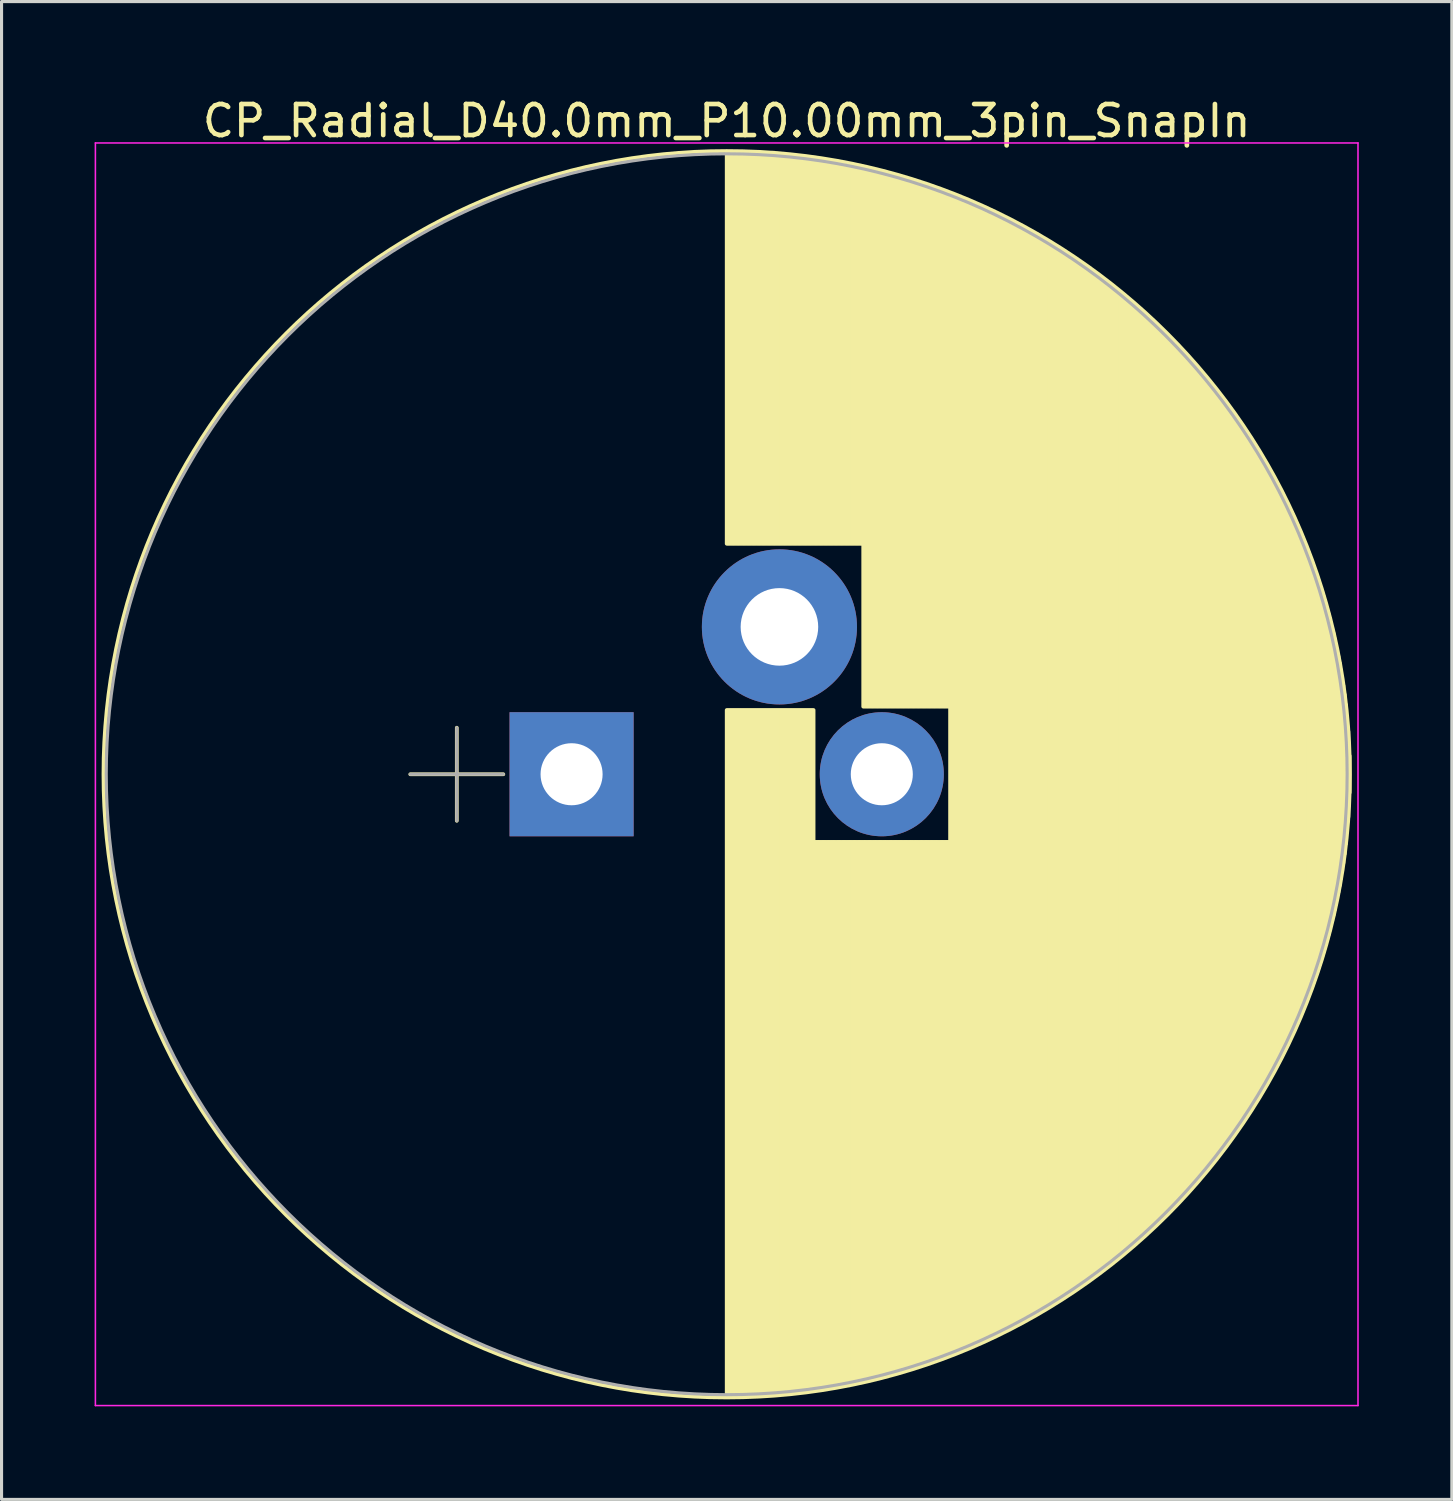
<source format=kicad_pcb>
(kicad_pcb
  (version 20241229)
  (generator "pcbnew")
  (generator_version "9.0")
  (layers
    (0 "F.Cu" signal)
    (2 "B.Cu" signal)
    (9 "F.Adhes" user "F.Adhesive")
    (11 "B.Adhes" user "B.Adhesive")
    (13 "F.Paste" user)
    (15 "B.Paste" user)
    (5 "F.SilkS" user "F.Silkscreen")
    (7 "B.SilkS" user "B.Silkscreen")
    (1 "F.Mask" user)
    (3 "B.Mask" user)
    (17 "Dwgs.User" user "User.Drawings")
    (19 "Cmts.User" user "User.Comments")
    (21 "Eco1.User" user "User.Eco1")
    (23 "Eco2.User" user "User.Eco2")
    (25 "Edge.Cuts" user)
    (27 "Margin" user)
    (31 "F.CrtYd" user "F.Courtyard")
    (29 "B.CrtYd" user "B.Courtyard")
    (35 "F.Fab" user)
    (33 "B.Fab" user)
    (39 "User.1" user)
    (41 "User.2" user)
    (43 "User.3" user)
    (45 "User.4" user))
  (footprint "CP_Radial_D40.0mm_P10.00mm_3pin_SnapIn"
    (layer "F.Cu")
    (at 15.375 21.908)
    (property "Reference" "CP_Radial_D40.0mm_P10.00mm_3pin_SnapIn" (at 5 -21.06 0) (layer "F.SilkS") (effects (font (size 1 1) (thickness 0.15))))
    (attr through_hole)
    (fp_line (start -5.2 0) (end -2.2 0) (stroke (width 0.12) (type solid)) (layer "F.SilkS"))
    (fp_line (start -3.7 -1.5) (end -3.7 1.5) (stroke (width 0.12) (type solid)) (layer "F.SilkS"))
    (fp_line (start 5 -20.05) (end 5 -7.43) (stroke (width 0.12) (type solid)) (layer "F.SilkS"))
    (fp_line (start 5 -2.07) (end 5 20.05) (stroke (width 0.12) (type solid)) (layer "F.SilkS"))
    (fp_line (start 5.04 -20.05) (end 5.04 -7.43) (stroke (width 0.12) (type solid)) (layer "F.SilkS"))
    (fp_line (start 5.04 -2.07) (end 5.04 20.05) (stroke (width 0.12) (type solid)) (layer "F.SilkS"))
    (fp_line (start 5.08 -20.05) (end 5.08 -7.43) (stroke (width 0.12) (type solid)) (layer "F.SilkS"))
    (fp_line (start 5.08 -2.07) (end 5.08 20.05) (stroke (width 0.12) (type solid)) (layer "F.SilkS"))
    (fp_line (start 5.12 -20.05) (end 5.12 -7.43) (stroke (width 0.12) (type solid)) (layer "F.SilkS"))
    (fp_line (start 5.12 -2.07) (end 5.12 20.05) (stroke (width 0.12) (type solid)) (layer "F.SilkS"))
    (fp_line (start 5.16 -20.05) (end 5.16 -7.43) (stroke (width 0.12) (type solid)) (layer "F.SilkS"))
    (fp_line (start 5.16 -2.07) (end 5.16 20.05) (stroke (width 0.12) (type solid)) (layer "F.SilkS"))
    (fp_line (start 5.2 -20.05) (end 5.2 -7.43) (stroke (width 0.12) (type solid)) (layer "F.SilkS"))
    (fp_line (start 5.2 -2.07) (end 5.2 20.05) (stroke (width 0.12) (type solid)) (layer "F.SilkS"))
    (fp_line (start 5.24 -20.049) (end 5.24 -7.43) (stroke (width 0.12) (type solid)) (layer "F.SilkS"))
    (fp_line (start 5.24 -2.07) (end 5.24 20.049) (stroke (width 0.12) (type solid)) (layer "F.SilkS"))
    (fp_line (start 5.28 -20.049) (end 5.28 -7.43) (stroke (width 0.12) (type solid)) (layer "F.SilkS"))
    (fp_line (start 5.28 -2.07) (end 5.28 20.049) (stroke (width 0.12) (type solid)) (layer "F.SilkS"))
    (fp_line (start 5.32 -20.048) (end 5.32 -7.43) (stroke (width 0.12) (type solid)) (layer "F.SilkS"))
    (fp_line (start 5.32 -2.07) (end 5.32 20.048) (stroke (width 0.12) (type solid)) (layer "F.SilkS"))
    (fp_line (start 5.36 -20.047) (end 5.36 -7.43) (stroke (width 0.12) (type solid)) (layer "F.SilkS"))
    (fp_line (start 5.36 -2.07) (end 5.36 20.047) (stroke (width 0.12) (type solid)) (layer "F.SilkS"))
    (fp_line (start 5.4 -20.047) (end 5.4 -7.43) (stroke (width 0.12) (type solid)) (layer "F.SilkS"))
    (fp_line (start 5.4 -2.07) (end 5.4 20.047) (stroke (width 0.12) (type solid)) (layer "F.SilkS"))
    (fp_line (start 5.44 -20.046) (end 5.44 -7.43) (stroke (width 0.12) (type solid)) (layer "F.SilkS"))
    (fp_line (start 5.44 -2.07) (end 5.44 20.046) (stroke (width 0.12) (type solid)) (layer "F.SilkS"))
    (fp_line (start 5.48 -20.045) (end 5.48 -7.43) (stroke (width 0.12) (type solid)) (layer "F.SilkS"))
    (fp_line (start 5.48 -2.07) (end 5.48 20.045) (stroke (width 0.12) (type solid)) (layer "F.SilkS"))
    (fp_line (start 5.52 -20.044) (end 5.52 -7.43) (stroke (width 0.12) (type solid)) (layer "F.SilkS"))
    (fp_line (start 5.52 -2.07) (end 5.52 20.044) (stroke (width 0.12) (type solid)) (layer "F.SilkS"))
    (fp_line (start 5.56 -20.043) (end 5.56 -7.43) (stroke (width 0.12) (type solid)) (layer "F.SilkS"))
    (fp_line (start 5.56 -2.07) (end 5.56 20.043) (stroke (width 0.12) (type solid)) (layer "F.SilkS"))
    (fp_line (start 5.6 -20.042) (end 5.6 -7.43) (stroke (width 0.12) (type solid)) (layer "F.SilkS"))
    (fp_line (start 5.6 -2.07) (end 5.6 20.042) (stroke (width 0.12) (type solid)) (layer "F.SilkS"))
    (fp_line (start 5.64 -20.04) (end 5.64 -7.43) (stroke (width 0.12) (type solid)) (layer "F.SilkS"))
    (fp_line (start 5.64 -2.07) (end 5.64 20.04) (stroke (width 0.12) (type solid)) (layer "F.SilkS"))
    (fp_line (start 5.68 -20.039) (end 5.68 -7.43) (stroke (width 0.12) (type solid)) (layer "F.SilkS"))
    (fp_line (start 5.68 -2.07) (end 5.68 20.039) (stroke (width 0.12) (type solid)) (layer "F.SilkS"))
    (fp_line (start 5.721 -20.038) (end 5.721 -7.43) (stroke (width 0.12) (type solid)) (layer "F.SilkS"))
    (fp_line (start 5.721 -2.07) (end 5.721 20.038) (stroke (width 0.12) (type solid)) (layer "F.SilkS"))
    (fp_line (start 5.761 -20.036) (end 5.761 -7.43) (stroke (width 0.12) (type solid)) (layer "F.SilkS"))
    (fp_line (start 5.761 -2.07) (end 5.761 20.036) (stroke (width 0.12) (type solid)) (layer "F.SilkS"))
    (fp_line (start 5.801 -20.035) (end 5.801 -7.43) (stroke (width 0.12) (type solid)) (layer "F.SilkS"))
    (fp_line (start 5.801 -2.07) (end 5.801 20.035) (stroke (width 0.12) (type solid)) (layer "F.SilkS"))
    (fp_line (start 5.841 -20.033) (end 5.841 -7.43) (stroke (width 0.12) (type solid)) (layer "F.SilkS"))
    (fp_line (start 5.841 -2.07) (end 5.841 20.033) (stroke (width 0.12) (type solid)) (layer "F.SilkS"))
    (fp_line (start 5.881 -20.031) (end 5.881 -7.43) (stroke (width 0.12) (type solid)) (layer "F.SilkS"))
    (fp_line (start 5.881 -2.07) (end 5.881 20.031) (stroke (width 0.12) (type solid)) (layer "F.SilkS"))
    (fp_line (start 5.921 -20.029) (end 5.921 -7.43) (stroke (width 0.12) (type solid)) (layer "F.SilkS"))
    (fp_line (start 5.921 -2.07) (end 5.921 20.029) (stroke (width 0.12) (type solid)) (layer "F.SilkS"))
    (fp_line (start 5.961 -20.028) (end 5.961 -7.43) (stroke (width 0.12) (type solid)) (layer "F.SilkS"))
    (fp_line (start 5.961 -2.07) (end 5.961 20.028) (stroke (width 0.12) (type solid)) (layer "F.SilkS"))
    (fp_line (start 6.001 -20.026) (end 6.001 -7.43) (stroke (width 0.12) (type solid)) (layer "F.SilkS"))
    (fp_line (start 6.001 -2.07) (end 6.001 20.026) (stroke (width 0.12) (type solid)) (layer "F.SilkS"))
    (fp_line (start 6.041 -20.024) (end 6.041 -7.43) (stroke (width 0.12) (type solid)) (layer "F.SilkS"))
    (fp_line (start 6.041 -2.07) (end 6.041 20.024) (stroke (width 0.12) (type solid)) (layer "F.SilkS"))
    (fp_line (start 6.081 -20.021) (end 6.081 -7.43) (stroke (width 0.12) (type solid)) (layer "F.SilkS"))
    (fp_line (start 6.081 -2.07) (end 6.081 20.021) (stroke (width 0.12) (type solid)) (layer "F.SilkS"))
    (fp_line (start 6.121 -20.019) (end 6.121 -7.43) (stroke (width 0.12) (type solid)) (layer "F.SilkS"))
    (fp_line (start 6.121 -2.07) (end 6.121 20.019) (stroke (width 0.12) (type solid)) (layer "F.SilkS"))
    (fp_line (start 6.161 -20.017) (end 6.161 -7.43) (stroke (width 0.12) (type solid)) (layer "F.SilkS"))
    (fp_line (start 6.161 -2.07) (end 6.161 20.017) (stroke (width 0.12) (type solid)) (layer "F.SilkS"))
    (fp_line (start 6.201 -20.015) (end 6.201 -7.43) (stroke (width 0.12) (type solid)) (layer "F.SilkS"))
    (fp_line (start 6.201 -2.07) (end 6.201 20.015) (stroke (width 0.12) (type solid)) (layer "F.SilkS"))
    (fp_line (start 6.241 -20.012) (end 6.241 -7.43) (stroke (width 0.12) (type solid)) (layer "F.SilkS"))
    (fp_line (start 6.241 -2.07) (end 6.241 20.012) (stroke (width 0.12) (type solid)) (layer "F.SilkS"))
    (fp_line (start 6.281 -20.01) (end 6.281 -7.43) (stroke (width 0.12) (type solid)) (layer "F.SilkS"))
    (fp_line (start 6.281 -2.07) (end 6.281 20.01) (stroke (width 0.12) (type solid)) (layer "F.SilkS"))
    (fp_line (start 6.321 -20.007) (end 6.321 -7.43) (stroke (width 0.12) (type solid)) (layer "F.SilkS"))
    (fp_line (start 6.321 -2.07) (end 6.321 20.007) (stroke (width 0.12) (type solid)) (layer "F.SilkS"))
    (fp_line (start 6.361 -20.004) (end 6.361 -7.43) (stroke (width 0.12) (type solid)) (layer "F.SilkS"))
    (fp_line (start 6.361 -2.07) (end 6.361 20.004) (stroke (width 0.12) (type solid)) (layer "F.SilkS"))
    (fp_line (start 6.401 -20.002) (end 6.401 -7.43) (stroke (width 0.12) (type solid)) (layer "F.SilkS"))
    (fp_line (start 6.401 -2.07) (end 6.401 20.002) (stroke (width 0.12) (type solid)) (layer "F.SilkS"))
    (fp_line (start 6.441 -19.999) (end 6.441 -7.43) (stroke (width 0.12) (type solid)) (layer "F.SilkS"))
    (fp_line (start 6.441 -2.07) (end 6.441 19.999) (stroke (width 0.12) (type solid)) (layer "F.SilkS"))
    (fp_line (start 6.481 -19.996) (end 6.481 -7.43) (stroke (width 0.12) (type solid)) (layer "F.SilkS"))
    (fp_line (start 6.481 -2.07) (end 6.481 19.996) (stroke (width 0.12) (type solid)) (layer "F.SilkS"))
    (fp_line (start 6.521 -19.993) (end 6.521 -7.43) (stroke (width 0.12) (type solid)) (layer "F.SilkS"))
    (fp_line (start 6.521 -2.07) (end 6.521 19.993) (stroke (width 0.12) (type solid)) (layer "F.SilkS"))
    (fp_line (start 6.561 -19.99) (end 6.561 -7.43) (stroke (width 0.12) (type solid)) (layer "F.SilkS"))
    (fp_line (start 6.561 -2.07) (end 6.561 19.99) (stroke (width 0.12) (type solid)) (layer "F.SilkS"))
    (fp_line (start 6.601 -19.987) (end 6.601 -7.43) (stroke (width 0.12) (type solid)) (layer "F.SilkS"))
    (fp_line (start 6.601 -2.07) (end 6.601 19.987) (stroke (width 0.12) (type solid)) (layer "F.SilkS"))
    (fp_line (start 6.641 -19.983) (end 6.641 -7.43) (stroke (width 0.12) (type solid)) (layer "F.SilkS"))
    (fp_line (start 6.641 -2.07) (end 6.641 19.983) (stroke (width 0.12) (type solid)) (layer "F.SilkS"))
    (fp_line (start 6.681 -19.98) (end 6.681 -7.43) (stroke (width 0.12) (type solid)) (layer "F.SilkS"))
    (fp_line (start 6.681 -2.07) (end 6.681 19.98) (stroke (width 0.12) (type solid)) (layer "F.SilkS"))
    (fp_line (start 6.721 -19.977) (end 6.721 -7.43) (stroke (width 0.12) (type solid)) (layer "F.SilkS"))
    (fp_line (start 6.721 -2.07) (end 6.721 19.977) (stroke (width 0.12) (type solid)) (layer "F.SilkS"))
    (fp_line (start 6.761 -19.973) (end 6.761 -7.43) (stroke (width 0.12) (type solid)) (layer "F.SilkS"))
    (fp_line (start 6.761 -2.07) (end 6.761 19.973) (stroke (width 0.12) (type solid)) (layer "F.SilkS"))
    (fp_line (start 6.801 -19.97) (end 6.801 -7.43) (stroke (width 0.12) (type solid)) (layer "F.SilkS"))
    (fp_line (start 6.801 -2.07) (end 6.801 19.97) (stroke (width 0.12) (type solid)) (layer "F.SilkS"))
    (fp_line (start 6.841 -19.966) (end 6.841 -7.43) (stroke (width 0.12) (type solid)) (layer "F.SilkS"))
    (fp_line (start 6.841 -2.07) (end 6.841 19.966) (stroke (width 0.12) (type solid)) (layer "F.SilkS"))
    (fp_line (start 6.881 -19.962) (end 6.881 -7.43) (stroke (width 0.12) (type solid)) (layer "F.SilkS"))
    (fp_line (start 6.881 -2.07) (end 6.881 19.962) (stroke (width 0.12) (type solid)) (layer "F.SilkS"))
    (fp_line (start 6.921 -19.959) (end 6.921 -7.43) (stroke (width 0.12) (type solid)) (layer "F.SilkS"))
    (fp_line (start 6.921 -2.07) (end 6.921 19.959) (stroke (width 0.12) (type solid)) (layer "F.SilkS"))
    (fp_line (start 6.961 -19.955) (end 6.961 -7.43) (stroke (width 0.12) (type solid)) (layer "F.SilkS"))
    (fp_line (start 6.961 -2.07) (end 6.961 19.955) (stroke (width 0.12) (type solid)) (layer "F.SilkS"))
    (fp_line (start 7.001 -19.951) (end 7.001 -7.43) (stroke (width 0.12) (type solid)) (layer "F.SilkS"))
    (fp_line (start 7.001 -2.07) (end 7.001 19.951) (stroke (width 0.12) (type solid)) (layer "F.SilkS"))
    (fp_line (start 7.041 -19.947) (end 7.041 -7.43) (stroke (width 0.12) (type solid)) (layer "F.SilkS"))
    (fp_line (start 7.041 -2.07) (end 7.041 19.947) (stroke (width 0.12) (type solid)) (layer "F.SilkS"))
    (fp_line (start 7.081 -19.943) (end 7.081 -7.43) (stroke (width 0.12) (type solid)) (layer "F.SilkS"))
    (fp_line (start 7.081 -2.07) (end 7.081 19.943) (stroke (width 0.12) (type solid)) (layer "F.SilkS"))
    (fp_line (start 7.121 -19.938) (end 7.121 -7.43) (stroke (width 0.12) (type solid)) (layer "F.SilkS"))
    (fp_line (start 7.121 -2.07) (end 7.121 19.938) (stroke (width 0.12) (type solid)) (layer "F.SilkS"))
    (fp_line (start 7.161 -19.934) (end 7.161 -7.43) (stroke (width 0.12) (type solid)) (layer "F.SilkS"))
    (fp_line (start 7.161 -2.07) (end 7.161 19.934) (stroke (width 0.12) (type solid)) (layer "F.SilkS"))
    (fp_line (start 7.201 -19.93) (end 7.201 -7.43) (stroke (width 0.12) (type solid)) (layer "F.SilkS"))
    (fp_line (start 7.201 -2.07) (end 7.201 19.93) (stroke (width 0.12) (type solid)) (layer "F.SilkS"))
    (fp_line (start 7.241 -19.925) (end 7.241 -7.43) (stroke (width 0.12) (type solid)) (layer "F.SilkS"))
    (fp_line (start 7.241 -2.07) (end 7.241 19.925) (stroke (width 0.12) (type solid)) (layer "F.SilkS"))
    (fp_line (start 7.281 -19.921) (end 7.281 -7.43) (stroke (width 0.12) (type solid)) (layer "F.SilkS"))
    (fp_line (start 7.281 -2.07) (end 7.281 19.921) (stroke (width 0.12) (type solid)) (layer "F.SilkS"))
    (fp_line (start 7.321 -19.916) (end 7.321 -7.43) (stroke (width 0.12) (type solid)) (layer "F.SilkS"))
    (fp_line (start 7.321 -2.07) (end 7.321 19.916) (stroke (width 0.12) (type solid)) (layer "F.SilkS"))
    (fp_line (start 7.361 -19.911) (end 7.361 -7.43) (stroke (width 0.12) (type solid)) (layer "F.SilkS"))
    (fp_line (start 7.361 -2.07) (end 7.361 19.911) (stroke (width 0.12) (type solid)) (layer "F.SilkS"))
    (fp_line (start 7.401 -19.907) (end 7.401 -7.43) (stroke (width 0.12) (type solid)) (layer "F.SilkS"))
    (fp_line (start 7.401 -2.07) (end 7.401 19.907) (stroke (width 0.12) (type solid)) (layer "F.SilkS"))
    (fp_line (start 7.441 -19.902) (end 7.441 -7.43) (stroke (width 0.12) (type solid)) (layer "F.SilkS"))
    (fp_line (start 7.441 -2.07) (end 7.441 19.902) (stroke (width 0.12) (type solid)) (layer "F.SilkS"))
    (fp_line (start 7.481 -19.897) (end 7.481 -7.43) (stroke (width 0.12) (type solid)) (layer "F.SilkS"))
    (fp_line (start 7.481 -2.07) (end 7.481 19.897) (stroke (width 0.12) (type solid)) (layer "F.SilkS"))
    (fp_line (start 7.521 -19.892) (end 7.521 -7.43) (stroke (width 0.12) (type solid)) (layer "F.SilkS"))
    (fp_line (start 7.521 -2.07) (end 7.521 19.892) (stroke (width 0.12) (type solid)) (layer "F.SilkS"))
    (fp_line (start 7.561 -19.887) (end 7.561 -7.43) (stroke (width 0.12) (type solid)) (layer "F.SilkS"))
    (fp_line (start 7.561 -2.07) (end 7.561 19.887) (stroke (width 0.12) (type solid)) (layer "F.SilkS"))
    (fp_line (start 7.601 -19.882) (end 7.601 -7.43) (stroke (width 0.12) (type solid)) (layer "F.SilkS"))
    (fp_line (start 7.601 -2.07) (end 7.601 19.882) (stroke (width 0.12) (type solid)) (layer "F.SilkS"))
    (fp_line (start 7.641 -19.876) (end 7.641 -7.43) (stroke (width 0.12) (type solid)) (layer "F.SilkS"))
    (fp_line (start 7.641 -2.07) (end 7.641 19.876) (stroke (width 0.12) (type solid)) (layer "F.SilkS"))
    (fp_line (start 7.681 -19.871) (end 7.681 -7.43) (stroke (width 0.12) (type solid)) (layer "F.SilkS"))
    (fp_line (start 7.681 -2.07) (end 7.681 19.871) (stroke (width 0.12) (type solid)) (layer "F.SilkS"))
    (fp_line (start 7.721 -19.866) (end 7.721 -7.43) (stroke (width 0.12) (type solid)) (layer "F.SilkS"))
    (fp_line (start 7.721 -2.07) (end 7.721 19.866) (stroke (width 0.12) (type solid)) (layer "F.SilkS"))
    (fp_line (start 7.761 -19.86) (end 7.761 -7.43) (stroke (width 0.12) (type solid)) (layer "F.SilkS"))
    (fp_line (start 7.761 -2.07) (end 7.761 19.86) (stroke (width 0.12) (type solid)) (layer "F.SilkS"))
    (fp_line (start 7.801 -19.854) (end 7.801 -7.43) (stroke (width 0.12) (type solid)) (layer "F.SilkS"))
    (fp_line (start 7.801 -2.07) (end 7.801 19.854) (stroke (width 0.12) (type solid)) (layer "F.SilkS"))
    (fp_line (start 7.841 -19.849) (end 7.841 -7.43) (stroke (width 0.12) (type solid)) (layer "F.SilkS"))
    (fp_line (start 7.841 2.18) (end 7.841 19.849) (stroke (width 0.12) (type solid)) (layer "F.SilkS"))
    (fp_line (start 7.881 -19.843) (end 7.881 -7.43) (stroke (width 0.12) (type solid)) (layer "F.SilkS"))
    (fp_line (start 7.881 2.18) (end 7.881 19.843) (stroke (width 0.12) (type solid)) (layer "F.SilkS"))
    (fp_line (start 7.921 -19.837) (end 7.921 -7.43) (stroke (width 0.12) (type solid)) (layer "F.SilkS"))
    (fp_line (start 7.921 2.18) (end 7.921 19.837) (stroke (width 0.12) (type solid)) (layer "F.SilkS"))
    (fp_line (start 7.961 -19.831) (end 7.961 -7.43) (stroke (width 0.12) (type solid)) (layer "F.SilkS"))
    (fp_line (start 7.961 2.18) (end 7.961 19.831) (stroke (width 0.12) (type solid)) (layer "F.SilkS"))
    (fp_line (start 8.001 -19.825) (end 8.001 -7.43) (stroke (width 0.12) (type solid)) (layer "F.SilkS"))
    (fp_line (start 8.001 2.18) (end 8.001 19.825) (stroke (width 0.12) (type solid)) (layer "F.SilkS"))
    (fp_line (start 8.041 -19.819) (end 8.041 -7.43) (stroke (width 0.12) (type solid)) (layer "F.SilkS"))
    (fp_line (start 8.041 2.18) (end 8.041 19.819) (stroke (width 0.12) (type solid)) (layer "F.SilkS"))
    (fp_line (start 8.081 -19.813) (end 8.081 -7.43) (stroke (width 0.12) (type solid)) (layer "F.SilkS"))
    (fp_line (start 8.081 2.18) (end 8.081 19.813) (stroke (width 0.12) (type solid)) (layer "F.SilkS"))
    (fp_line (start 8.121 -19.807) (end 8.121 -7.43) (stroke (width 0.12) (type solid)) (layer "F.SilkS"))
    (fp_line (start 8.121 2.18) (end 8.121 19.807) (stroke (width 0.12) (type solid)) (layer "F.SilkS"))
    (fp_line (start 8.161 -19.8) (end 8.161 -7.43) (stroke (width 0.12) (type solid)) (layer "F.SilkS"))
    (fp_line (start 8.161 2.18) (end 8.161 19.8) (stroke (width 0.12) (type solid)) (layer "F.SilkS"))
    (fp_line (start 8.201 -19.794) (end 8.201 -7.43) (stroke (width 0.12) (type solid)) (layer "F.SilkS"))
    (fp_line (start 8.201 2.18) (end 8.201 19.794) (stroke (width 0.12) (type solid)) (layer "F.SilkS"))
    (fp_line (start 8.241 -19.788) (end 8.241 -7.43) (stroke (width 0.12) (type solid)) (layer "F.SilkS"))
    (fp_line (start 8.241 2.18) (end 8.241 19.788) (stroke (width 0.12) (type solid)) (layer "F.SilkS"))
    (fp_line (start 8.281 -19.781) (end 8.281 -7.43) (stroke (width 0.12) (type solid)) (layer "F.SilkS"))
    (fp_line (start 8.281 2.18) (end 8.281 19.781) (stroke (width 0.12) (type solid)) (layer "F.SilkS"))
    (fp_line (start 8.321 -19.774) (end 8.321 -7.43) (stroke (width 0.12) (type solid)) (layer "F.SilkS"))
    (fp_line (start 8.321 2.18) (end 8.321 19.774) (stroke (width 0.12) (type solid)) (layer "F.SilkS"))
    (fp_line (start 8.361 -19.768) (end 8.361 -7.43) (stroke (width 0.12) (type solid)) (layer "F.SilkS"))
    (fp_line (start 8.361 2.18) (end 8.361 19.768) (stroke (width 0.12) (type solid)) (layer "F.SilkS"))
    (fp_line (start 8.401 -19.761) (end 8.401 -7.43) (stroke (width 0.12) (type solid)) (layer "F.SilkS"))
    (fp_line (start 8.401 2.18) (end 8.401 19.761) (stroke (width 0.12) (type solid)) (layer "F.SilkS"))
    (fp_line (start 8.441 -19.754) (end 8.441 -7.43) (stroke (width 0.12) (type solid)) (layer "F.SilkS"))
    (fp_line (start 8.441 2.18) (end 8.441 19.754) (stroke (width 0.12) (type solid)) (layer "F.SilkS"))
    (fp_line (start 8.481 -19.747) (end 8.481 -7.43) (stroke (width 0.12) (type solid)) (layer "F.SilkS"))
    (fp_line (start 8.481 2.18) (end 8.481 19.747) (stroke (width 0.12) (type solid)) (layer "F.SilkS"))
    (fp_line (start 8.521 -19.74) (end 8.521 -7.43) (stroke (width 0.12) (type solid)) (layer "F.SilkS"))
    (fp_line (start 8.521 2.18) (end 8.521 19.74) (stroke (width 0.12) (type solid)) (layer "F.SilkS"))
    (fp_line (start 8.561 -19.733) (end 8.561 -7.43) (stroke (width 0.12) (type solid)) (layer "F.SilkS"))
    (fp_line (start 8.561 2.18) (end 8.561 19.733) (stroke (width 0.12) (type solid)) (layer "F.SilkS"))
    (fp_line (start 8.601 -19.725) (end 8.601 -7.43) (stroke (width 0.12) (type solid)) (layer "F.SilkS"))
    (fp_line (start 8.601 2.18) (end 8.601 19.725) (stroke (width 0.12) (type solid)) (layer "F.SilkS"))
    (fp_line (start 8.641 -19.718) (end 8.641 -7.43) (stroke (width 0.12) (type solid)) (layer "F.SilkS"))
    (fp_line (start 8.641 2.18) (end 8.641 19.718) (stroke (width 0.12) (type solid)) (layer "F.SilkS"))
    (fp_line (start 8.681 -19.711) (end 8.681 -7.43) (stroke (width 0.12) (type solid)) (layer "F.SilkS"))
    (fp_line (start 8.681 2.18) (end 8.681 19.711) (stroke (width 0.12) (type solid)) (layer "F.SilkS"))
    (fp_line (start 8.721 -19.703) (end 8.721 -7.43) (stroke (width 0.12) (type solid)) (layer "F.SilkS"))
    (fp_line (start 8.721 2.18) (end 8.721 19.703) (stroke (width 0.12) (type solid)) (layer "F.SilkS"))
    (fp_line (start 8.761 -19.696) (end 8.761 -7.43) (stroke (width 0.12) (type solid)) (layer "F.SilkS"))
    (fp_line (start 8.761 2.18) (end 8.761 19.696) (stroke (width 0.12) (type solid)) (layer "F.SilkS"))
    (fp_line (start 8.801 -19.688) (end 8.801 -7.43) (stroke (width 0.12) (type solid)) (layer "F.SilkS"))
    (fp_line (start 8.801 2.18) (end 8.801 19.688) (stroke (width 0.12) (type solid)) (layer "F.SilkS"))
    (fp_line (start 8.841 -19.68) (end 8.841 -7.43) (stroke (width 0.12) (type solid)) (layer "F.SilkS"))
    (fp_line (start 8.841 2.18) (end 8.841 19.68) (stroke (width 0.12) (type solid)) (layer "F.SilkS"))
    (fp_line (start 8.881 -19.672) (end 8.881 -7.43) (stroke (width 0.12) (type solid)) (layer "F.SilkS"))
    (fp_line (start 8.881 2.18) (end 8.881 19.672) (stroke (width 0.12) (type solid)) (layer "F.SilkS"))
    (fp_line (start 8.921 -19.664) (end 8.921 -7.43) (stroke (width 0.12) (type solid)) (layer "F.SilkS"))
    (fp_line (start 8.921 2.18) (end 8.921 19.664) (stroke (width 0.12) (type solid)) (layer "F.SilkS"))
    (fp_line (start 8.961 -19.656) (end 8.961 -7.43) (stroke (width 0.12) (type solid)) (layer "F.SilkS"))
    (fp_line (start 8.961 2.18) (end 8.961 19.656) (stroke (width 0.12) (type solid)) (layer "F.SilkS"))
    (fp_line (start 9.001 -19.648) (end 9.001 -7.43) (stroke (width 0.12) (type solid)) (layer "F.SilkS"))
    (fp_line (start 9.001 2.18) (end 9.001 19.648) (stroke (width 0.12) (type solid)) (layer "F.SilkS"))
    (fp_line (start 9.041 -19.64) (end 9.041 -7.43) (stroke (width 0.12) (type solid)) (layer "F.SilkS"))
    (fp_line (start 9.041 2.18) (end 9.041 19.64) (stroke (width 0.12) (type solid)) (layer "F.SilkS"))
    (fp_line (start 9.081 -19.632) (end 9.081 -7.43) (stroke (width 0.12) (type solid)) (layer "F.SilkS"))
    (fp_line (start 9.081 2.18) (end 9.081 19.632) (stroke (width 0.12) (type solid)) (layer "F.SilkS"))
    (fp_line (start 9.121 -19.624) (end 9.121 -7.43) (stroke (width 0.12) (type solid)) (layer "F.SilkS"))
    (fp_line (start 9.121 2.18) (end 9.121 19.624) (stroke (width 0.12) (type solid)) (layer "F.SilkS"))
    (fp_line (start 9.161 -19.615) (end 9.161 -7.43) (stroke (width 0.12) (type solid)) (layer "F.SilkS"))
    (fp_line (start 9.161 2.18) (end 9.161 19.615) (stroke (width 0.12) (type solid)) (layer "F.SilkS"))
    (fp_line (start 9.201 -19.607) (end 9.201 -7.43) (stroke (width 0.12) (type solid)) (layer "F.SilkS"))
    (fp_line (start 9.201 2.18) (end 9.201 19.607) (stroke (width 0.12) (type solid)) (layer "F.SilkS"))
    (fp_line (start 9.241 -19.598) (end 9.241 -7.43) (stroke (width 0.12) (type solid)) (layer "F.SilkS"))
    (fp_line (start 9.241 2.18) (end 9.241 19.598) (stroke (width 0.12) (type solid)) (layer "F.SilkS"))
    (fp_line (start 9.281 -19.589) (end 9.281 -7.43) (stroke (width 0.12) (type solid)) (layer "F.SilkS"))
    (fp_line (start 9.281 2.18) (end 9.281 19.589) (stroke (width 0.12) (type solid)) (layer "F.SilkS"))
    (fp_line (start 9.321 -19.581) (end 9.321 -7.43) (stroke (width 0.12) (type solid)) (layer "F.SilkS"))
    (fp_line (start 9.321 2.18) (end 9.321 19.581) (stroke (width 0.12) (type solid)) (layer "F.SilkS"))
    (fp_line (start 9.361 -19.572) (end 9.361 -7.43) (stroke (width 0.12) (type solid)) (layer "F.SilkS"))
    (fp_line (start 9.361 2.18) (end 9.361 19.572) (stroke (width 0.12) (type solid)) (layer "F.SilkS"))
    (fp_line (start 9.401 -19.563) (end 9.401 -2.18) (stroke (width 0.12) (type solid)) (layer "F.SilkS"))
    (fp_line (start 9.401 2.18) (end 9.401 19.563) (stroke (width 0.12) (type solid)) (layer "F.SilkS"))
    (fp_line (start 9.441 -19.554) (end 9.441 -2.18) (stroke (width 0.12) (type solid)) (layer "F.SilkS"))
    (fp_line (start 9.441 2.18) (end 9.441 19.554) (stroke (width 0.12) (type solid)) (layer "F.SilkS"))
    (fp_line (start 9.481 -19.545) (end 9.481 -2.18) (stroke (width 0.12) (type solid)) (layer "F.SilkS"))
    (fp_line (start 9.481 2.18) (end 9.481 19.545) (stroke (width 0.12) (type solid)) (layer "F.SilkS"))
    (fp_line (start 9.521 -19.535) (end 9.521 -2.18) (stroke (width 0.12) (type solid)) (layer "F.SilkS"))
    (fp_line (start 9.521 2.18) (end 9.521 19.535) (stroke (width 0.12) (type solid)) (layer "F.SilkS"))
    (fp_line (start 9.561 -19.526) (end 9.561 -2.18) (stroke (width 0.12) (type solid)) (layer "F.SilkS"))
    (fp_line (start 9.561 2.18) (end 9.561 19.526) (stroke (width 0.12) (type solid)) (layer "F.SilkS"))
    (fp_line (start 9.601 -19.517) (end 9.601 -2.18) (stroke (width 0.12) (type solid)) (layer "F.SilkS"))
    (fp_line (start 9.601 2.18) (end 9.601 19.517) (stroke (width 0.12) (type solid)) (layer "F.SilkS"))
    (fp_line (start 9.641 -19.507) (end 9.641 -2.18) (stroke (width 0.12) (type solid)) (layer "F.SilkS"))
    (fp_line (start 9.641 2.18) (end 9.641 19.507) (stroke (width 0.12) (type solid)) (layer "F.SilkS"))
    (fp_line (start 9.681 -19.498) (end 9.681 -2.18) (stroke (width 0.12) (type solid)) (layer "F.SilkS"))
    (fp_line (start 9.681 2.18) (end 9.681 19.498) (stroke (width 0.12) (type solid)) (layer "F.SilkS"))
    (fp_line (start 9.721 -19.488) (end 9.721 -2.18) (stroke (width 0.12) (type solid)) (layer "F.SilkS"))
    (fp_line (start 9.721 2.18) (end 9.721 19.488) (stroke (width 0.12) (type solid)) (layer "F.SilkS"))
    (fp_line (start 9.761 -19.478) (end 9.761 -2.18) (stroke (width 0.12) (type solid)) (layer "F.SilkS"))
    (fp_line (start 9.761 2.18) (end 9.761 19.478) (stroke (width 0.12) (type solid)) (layer "F.SilkS"))
    (fp_line (start 9.801 -19.469) (end 9.801 -2.18) (stroke (width 0.12) (type solid)) (layer "F.SilkS"))
    (fp_line (start 9.801 2.18) (end 9.801 19.469) (stroke (width 0.12) (type solid)) (layer "F.SilkS"))
    (fp_line (start 9.841 -19.459) (end 9.841 -2.18) (stroke (width 0.12) (type solid)) (layer "F.SilkS"))
    (fp_line (start 9.841 2.18) (end 9.841 19.459) (stroke (width 0.12) (type solid)) (layer "F.SilkS"))
    (fp_line (start 9.881 -19.449) (end 9.881 -2.18) (stroke (width 0.12) (type solid)) (layer "F.SilkS"))
    (fp_line (start 9.881 2.18) (end 9.881 19.449) (stroke (width 0.12) (type solid)) (layer "F.SilkS"))
    (fp_line (start 9.921 -19.439) (end 9.921 -2.18) (stroke (width 0.12) (type solid)) (layer "F.SilkS"))
    (fp_line (start 9.921 2.18) (end 9.921 19.439) (stroke (width 0.12) (type solid)) (layer "F.SilkS"))
    (fp_line (start 9.961 -19.429) (end 9.961 -2.18) (stroke (width 0.12) (type solid)) (layer "F.SilkS"))
    (fp_line (start 9.961 2.18) (end 9.961 19.429) (stroke (width 0.12) (type solid)) (layer "F.SilkS"))
    (fp_line (start 10.001 -19.418) (end 10.001 -2.18) (stroke (width 0.12) (type solid)) (layer "F.SilkS"))
    (fp_line (start 10.001 2.18) (end 10.001 19.418) (stroke (width 0.12) (type solid)) (layer "F.SilkS"))
    (fp_line (start 10.041 -19.408) (end 10.041 -2.18) (stroke (width 0.12) (type solid)) (layer "F.SilkS"))
    (fp_line (start 10.041 2.18) (end 10.041 19.408) (stroke (width 0.12) (type solid)) (layer "F.SilkS"))
    (fp_line (start 10.081 -19.398) (end 10.081 -2.18) (stroke (width 0.12) (type solid)) (layer "F.SilkS"))
    (fp_line (start 10.081 2.18) (end 10.081 19.398) (stroke (width 0.12) (type solid)) (layer "F.SilkS"))
    (fp_line (start 10.121 -19.387) (end 10.121 -2.18) (stroke (width 0.12) (type solid)) (layer "F.SilkS"))
    (fp_line (start 10.121 2.18) (end 10.121 19.387) (stroke (width 0.12) (type solid)) (layer "F.SilkS"))
    (fp_line (start 10.161 -19.377) (end 10.161 -2.18) (stroke (width 0.12) (type solid)) (layer "F.SilkS"))
    (fp_line (start 10.161 2.18) (end 10.161 19.377) (stroke (width 0.12) (type solid)) (layer "F.SilkS"))
    (fp_line (start 10.201 -19.366) (end 10.201 -2.18) (stroke (width 0.12) (type solid)) (layer "F.SilkS"))
    (fp_line (start 10.201 2.18) (end 10.201 19.366) (stroke (width 0.12) (type solid)) (layer "F.SilkS"))
    (fp_line (start 10.241 -19.355) (end 10.241 -2.18) (stroke (width 0.12) (type solid)) (layer "F.SilkS"))
    (fp_line (start 10.241 2.18) (end 10.241 19.355) (stroke (width 0.12) (type solid)) (layer "F.SilkS"))
    (fp_line (start 10.281 -19.344) (end 10.281 -2.18) (stroke (width 0.12) (type solid)) (layer "F.SilkS"))
    (fp_line (start 10.281 2.18) (end 10.281 19.344) (stroke (width 0.12) (type solid)) (layer "F.SilkS"))
    (fp_line (start 10.321 -19.333) (end 10.321 -2.18) (stroke (width 0.12) (type solid)) (layer "F.SilkS"))
    (fp_line (start 10.321 2.18) (end 10.321 19.333) (stroke (width 0.12) (type solid)) (layer "F.SilkS"))
    (fp_line (start 10.361 -19.322) (end 10.361 -2.18) (stroke (width 0.12) (type solid)) (layer "F.SilkS"))
    (fp_line (start 10.361 2.18) (end 10.361 19.322) (stroke (width 0.12) (type solid)) (layer "F.SilkS"))
    (fp_line (start 10.401 -19.311) (end 10.401 -2.18) (stroke (width 0.12) (type solid)) (layer "F.SilkS"))
    (fp_line (start 10.401 2.18) (end 10.401 19.311) (stroke (width 0.12) (type solid)) (layer "F.SilkS"))
    (fp_line (start 10.441 -19.3) (end 10.441 -2.18) (stroke (width 0.12) (type solid)) (layer "F.SilkS"))
    (fp_line (start 10.441 2.18) (end 10.441 19.3) (stroke (width 0.12) (type solid)) (layer "F.SilkS"))
    (fp_line (start 10.481 -19.289) (end 10.481 -2.18) (stroke (width 0.12) (type solid)) (layer "F.SilkS"))
    (fp_line (start 10.481 2.18) (end 10.481 19.289) (stroke (width 0.12) (type solid)) (layer "F.SilkS"))
    (fp_line (start 10.521 -19.277) (end 10.521 -2.18) (stroke (width 0.12) (type solid)) (layer "F.SilkS"))
    (fp_line (start 10.521 2.18) (end 10.521 19.277) (stroke (width 0.12) (type solid)) (layer "F.SilkS"))
    (fp_line (start 10.561 -19.266) (end 10.561 -2.18) (stroke (width 0.12) (type solid)) (layer "F.SilkS"))
    (fp_line (start 10.561 2.18) (end 10.561 19.266) (stroke (width 0.12) (type solid)) (layer "F.SilkS"))
    (fp_line (start 10.601 -19.254) (end 10.601 -2.18) (stroke (width 0.12) (type solid)) (layer "F.SilkS"))
    (fp_line (start 10.601 2.18) (end 10.601 19.254) (stroke (width 0.12) (type solid)) (layer "F.SilkS"))
    (fp_line (start 10.641 -19.243) (end 10.641 -2.18) (stroke (width 0.12) (type solid)) (layer "F.SilkS"))
    (fp_line (start 10.641 2.18) (end 10.641 19.243) (stroke (width 0.12) (type solid)) (layer "F.SilkS"))
    (fp_line (start 10.681 -19.231) (end 10.681 -2.18) (stroke (width 0.12) (type solid)) (layer "F.SilkS"))
    (fp_line (start 10.681 2.18) (end 10.681 19.231) (stroke (width 0.12) (type solid)) (layer "F.SilkS"))
    (fp_line (start 10.721 -19.219) (end 10.721 -2.18) (stroke (width 0.12) (type solid)) (layer "F.SilkS"))
    (fp_line (start 10.721 2.18) (end 10.721 19.219) (stroke (width 0.12) (type solid)) (layer "F.SilkS"))
    (fp_line (start 10.761 -19.207) (end 10.761 -2.18) (stroke (width 0.12) (type solid)) (layer "F.SilkS"))
    (fp_line (start 10.761 2.18) (end 10.761 19.207) (stroke (width 0.12) (type solid)) (layer "F.SilkS"))
    (fp_line (start 10.801 -19.195) (end 10.801 -2.18) (stroke (width 0.12) (type solid)) (layer "F.SilkS"))
    (fp_line (start 10.801 2.18) (end 10.801 19.195) (stroke (width 0.12) (type solid)) (layer "F.SilkS"))
    (fp_line (start 10.841 -19.183) (end 10.841 -2.18) (stroke (width 0.12) (type solid)) (layer "F.SilkS"))
    (fp_line (start 10.841 2.18) (end 10.841 19.183) (stroke (width 0.12) (type solid)) (layer "F.SilkS"))
    (fp_line (start 10.881 -19.171) (end 10.881 -2.18) (stroke (width 0.12) (type solid)) (layer "F.SilkS"))
    (fp_line (start 10.881 2.18) (end 10.881 19.171) (stroke (width 0.12) (type solid)) (layer "F.SilkS"))
    (fp_line (start 10.921 -19.158) (end 10.921 -2.18) (stroke (width 0.12) (type solid)) (layer "F.SilkS"))
    (fp_line (start 10.921 2.18) (end 10.921 19.158) (stroke (width 0.12) (type solid)) (layer "F.SilkS"))
    (fp_line (start 10.961 -19.146) (end 10.961 -2.18) (stroke (width 0.12) (type solid)) (layer "F.SilkS"))
    (fp_line (start 10.961 2.18) (end 10.961 19.146) (stroke (width 0.12) (type solid)) (layer "F.SilkS"))
    (fp_line (start 11.001 -19.134) (end 11.001 -2.18) (stroke (width 0.12) (type solid)) (layer "F.SilkS"))
    (fp_line (start 11.001 2.18) (end 11.001 19.134) (stroke (width 0.12) (type solid)) (layer "F.SilkS"))
    (fp_line (start 11.041 -19.121) (end 11.041 -2.18) (stroke (width 0.12) (type solid)) (layer "F.SilkS"))
    (fp_line (start 11.041 2.18) (end 11.041 19.121) (stroke (width 0.12) (type solid)) (layer "F.SilkS"))
    (fp_line (start 11.081 -19.108) (end 11.081 -2.18) (stroke (width 0.12) (type solid)) (layer "F.SilkS"))
    (fp_line (start 11.081 2.18) (end 11.081 19.108) (stroke (width 0.12) (type solid)) (layer "F.SilkS"))
    (fp_line (start 11.121 -19.096) (end 11.121 -2.18) (stroke (width 0.12) (type solid)) (layer "F.SilkS"))
    (fp_line (start 11.121 2.18) (end 11.121 19.096) (stroke (width 0.12) (type solid)) (layer "F.SilkS"))
    (fp_line (start 11.161 -19.083) (end 11.161 -2.18) (stroke (width 0.12) (type solid)) (layer "F.SilkS"))
    (fp_line (start 11.161 2.18) (end 11.161 19.083) (stroke (width 0.12) (type solid)) (layer "F.SilkS"))
    (fp_line (start 11.201 -19.07) (end 11.201 -2.18) (stroke (width 0.12) (type solid)) (layer "F.SilkS"))
    (fp_line (start 11.201 2.18) (end 11.201 19.07) (stroke (width 0.12) (type solid)) (layer "F.SilkS"))
    (fp_line (start 11.241 -19.057) (end 11.241 -2.18) (stroke (width 0.12) (type solid)) (layer "F.SilkS"))
    (fp_line (start 11.241 2.18) (end 11.241 19.057) (stroke (width 0.12) (type solid)) (layer "F.SilkS"))
    (fp_line (start 11.281 -19.044) (end 11.281 -2.18) (stroke (width 0.12) (type solid)) (layer "F.SilkS"))
    (fp_line (start 11.281 2.18) (end 11.281 19.044) (stroke (width 0.12) (type solid)) (layer "F.SilkS"))
    (fp_line (start 11.321 -19.031) (end 11.321 -2.18) (stroke (width 0.12) (type solid)) (layer "F.SilkS"))
    (fp_line (start 11.321 2.18) (end 11.321 19.031) (stroke (width 0.12) (type solid)) (layer "F.SilkS"))
    (fp_line (start 11.361 -19.017) (end 11.361 -2.18) (stroke (width 0.12) (type solid)) (layer "F.SilkS"))
    (fp_line (start 11.361 2.18) (end 11.361 19.017) (stroke (width 0.12) (type solid)) (layer "F.SilkS"))
    (fp_line (start 11.401 -19.004) (end 11.401 -2.18) (stroke (width 0.12) (type solid)) (layer "F.SilkS"))
    (fp_line (start 11.401 2.18) (end 11.401 19.004) (stroke (width 0.12) (type solid)) (layer "F.SilkS"))
    (fp_line (start 11.441 -18.99) (end 11.441 -2.18) (stroke (width 0.12) (type solid)) (layer "F.SilkS"))
    (fp_line (start 11.441 2.18) (end 11.441 18.99) (stroke (width 0.12) (type solid)) (layer "F.SilkS"))
    (fp_line (start 11.481 -18.977) (end 11.481 -2.18) (stroke (width 0.12) (type solid)) (layer "F.SilkS"))
    (fp_line (start 11.481 2.18) (end 11.481 18.977) (stroke (width 0.12) (type solid)) (layer "F.SilkS"))
    (fp_line (start 11.521 -18.963) (end 11.521 -2.18) (stroke (width 0.12) (type solid)) (layer "F.SilkS"))
    (fp_line (start 11.521 2.18) (end 11.521 18.963) (stroke (width 0.12) (type solid)) (layer "F.SilkS"))
    (fp_line (start 11.561 -18.949) (end 11.561 -2.18) (stroke (width 0.12) (type solid)) (layer "F.SilkS"))
    (fp_line (start 11.561 2.18) (end 11.561 18.949) (stroke (width 0.12) (type solid)) (layer "F.SilkS"))
    (fp_line (start 11.601 -18.935) (end 11.601 -2.18) (stroke (width 0.12) (type solid)) (layer "F.SilkS"))
    (fp_line (start 11.601 2.18) (end 11.601 18.935) (stroke (width 0.12) (type solid)) (layer "F.SilkS"))
    (fp_line (start 11.641 -18.921) (end 11.641 -2.18) (stroke (width 0.12) (type solid)) (layer "F.SilkS"))
    (fp_line (start 11.641 2.18) (end 11.641 18.921) (stroke (width 0.12) (type solid)) (layer "F.SilkS"))
    (fp_line (start 11.681 -18.907) (end 11.681 -2.18) (stroke (width 0.12) (type solid)) (layer "F.SilkS"))
    (fp_line (start 11.681 2.18) (end 11.681 18.907) (stroke (width 0.12) (type solid)) (layer "F.SilkS"))
    (fp_line (start 11.721 -18.893) (end 11.721 -2.18) (stroke (width 0.12) (type solid)) (layer "F.SilkS"))
    (fp_line (start 11.721 2.18) (end 11.721 18.893) (stroke (width 0.12) (type solid)) (layer "F.SilkS"))
    (fp_line (start 11.761 -18.879) (end 11.761 -2.18) (stroke (width 0.12) (type solid)) (layer "F.SilkS"))
    (fp_line (start 11.761 2.18) (end 11.761 18.879) (stroke (width 0.12) (type solid)) (layer "F.SilkS"))
    (fp_line (start 11.801 -18.865) (end 11.801 -2.18) (stroke (width 0.12) (type solid)) (layer "F.SilkS"))
    (fp_line (start 11.801 2.18) (end 11.801 18.865) (stroke (width 0.12) (type solid)) (layer "F.SilkS"))
    (fp_line (start 11.841 -18.85) (end 11.841 -2.18) (stroke (width 0.12) (type solid)) (layer "F.SilkS"))
    (fp_line (start 11.841 2.18) (end 11.841 18.85) (stroke (width 0.12) (type solid)) (layer "F.SilkS"))
    (fp_line (start 11.881 -18.836) (end 11.881 -2.18) (stroke (width 0.12) (type solid)) (layer "F.SilkS"))
    (fp_line (start 11.881 2.18) (end 11.881 18.836) (stroke (width 0.12) (type solid)) (layer "F.SilkS"))
    (fp_line (start 11.921 -18.821) (end 11.921 -2.18) (stroke (width 0.12) (type solid)) (layer "F.SilkS"))
    (fp_line (start 11.921 2.18) (end 11.921 18.821) (stroke (width 0.12) (type solid)) (layer "F.SilkS"))
    (fp_line (start 11.961 -18.806) (end 11.961 -2.18) (stroke (width 0.12) (type solid)) (layer "F.SilkS"))
    (fp_line (start 11.961 2.18) (end 11.961 18.806) (stroke (width 0.12) (type solid)) (layer "F.SilkS"))
    (fp_line (start 12.001 -18.792) (end 12.001 -2.18) (stroke (width 0.12) (type solid)) (layer "F.SilkS"))
    (fp_line (start 12.001 2.18) (end 12.001 18.792) (stroke (width 0.12) (type solid)) (layer "F.SilkS"))
    (fp_line (start 12.041 -18.777) (end 12.041 -2.18) (stroke (width 0.12) (type solid)) (layer "F.SilkS"))
    (fp_line (start 12.041 2.18) (end 12.041 18.777) (stroke (width 0.12) (type solid)) (layer "F.SilkS"))
    (fp_line (start 12.081 -18.762) (end 12.081 -2.18) (stroke (width 0.12) (type solid)) (layer "F.SilkS"))
    (fp_line (start 12.081 2.18) (end 12.081 18.762) (stroke (width 0.12) (type solid)) (layer "F.SilkS"))
    (fp_line (start 12.121 -18.746) (end 12.121 -2.18) (stroke (width 0.12) (type solid)) (layer "F.SilkS"))
    (fp_line (start 12.121 2.18) (end 12.121 18.746) (stroke (width 0.12) (type solid)) (layer "F.SilkS"))
    (fp_line (start 12.161 -18.731) (end 12.161 -2.18) (stroke (width 0.12) (type solid)) (layer "F.SilkS"))
    (fp_line (start 12.161 2.18) (end 12.161 18.731) (stroke (width 0.12) (type solid)) (layer "F.SilkS"))
    (fp_line (start 12.201 -18.716) (end 12.201 18.716) (stroke (width 0.12) (type solid)) (layer "F.SilkS"))
    (fp_line (start 12.241 -18.701) (end 12.241 18.701) (stroke (width 0.12) (type solid)) (layer "F.SilkS"))
    (fp_line (start 12.281 -18.685) (end 12.281 18.685) (stroke (width 0.12) (type solid)) (layer "F.SilkS"))
    (fp_line (start 12.321 -18.669) (end 12.321 18.669) (stroke (width 0.12) (type solid)) (layer "F.SilkS"))
    (fp_line (start 12.361 -18.654) (end 12.361 18.654) (stroke (width 0.12) (type solid)) (layer "F.SilkS"))
    (fp_line (start 12.401 -18.638) (end 12.401 18.638) (stroke (width 0.12) (type solid)) (layer "F.SilkS"))
    (fp_line (start 12.441 -18.622) (end 12.441 18.622) (stroke (width 0.12) (type solid)) (layer "F.SilkS"))
    (fp_line (start 12.481 -18.606) (end 12.481 18.606) (stroke (width 0.12) (type solid)) (layer "F.SilkS"))
    (fp_line (start 12.521 -18.59) (end 12.521 18.59) (stroke (width 0.12) (type solid)) (layer "F.SilkS"))
    (fp_line (start 12.561 -18.574) (end 12.561 18.574) (stroke (width 0.12) (type solid)) (layer "F.SilkS"))
    (fp_line (start 12.601 -18.557) (end 12.601 18.557) (stroke (width 0.12) (type solid)) (layer "F.SilkS"))
    (fp_line (start 12.641 -18.541) (end 12.641 18.541) (stroke (width 0.12) (type solid)) (layer "F.SilkS"))
    (fp_line (start 12.681 -18.525) (end 12.681 18.525) (stroke (width 0.12) (type solid)) (layer "F.SilkS"))
    (fp_line (start 12.721 -18.508) (end 12.721 18.508) (stroke (width 0.12) (type solid)) (layer "F.SilkS"))
    (fp_line (start 12.761 -18.491) (end 12.761 18.491) (stroke (width 0.12) (type solid)) (layer "F.SilkS"))
    (fp_line (start 12.801 -18.474) (end 12.801 18.474) (stroke (width 0.12) (type solid)) (layer "F.SilkS"))
    (fp_line (start 12.841 -18.458) (end 12.841 18.458) (stroke (width 0.12) (type solid)) (layer "F.SilkS"))
    (fp_line (start 12.881 -18.441) (end 12.881 18.441) (stroke (width 0.12) (type solid)) (layer "F.SilkS"))
    (fp_line (start 12.921 -18.423) (end 12.921 18.423) (stroke (width 0.12) (type solid)) (layer "F.SilkS"))
    (fp_line (start 12.961 -18.406) (end 12.961 18.406) (stroke (width 0.12) (type solid)) (layer "F.SilkS"))
    (fp_line (start 13.001 -18.389) (end 13.001 18.389) (stroke (width 0.12) (type solid)) (layer "F.SilkS"))
    (fp_line (start 13.041 -18.372) (end 13.041 18.372) (stroke (width 0.12) (type solid)) (layer "F.SilkS"))
    (fp_line (start 13.081 -18.354) (end 13.081 18.354) (stroke (width 0.12) (type solid)) (layer "F.SilkS"))
    (fp_line (start 13.121 -18.336) (end 13.121 18.336) (stroke (width 0.12) (type solid)) (layer "F.SilkS"))
    (fp_line (start 13.161 -18.319) (end 13.161 18.319) (stroke (width 0.12) (type solid)) (layer "F.SilkS"))
    (fp_line (start 13.2 -18.301) (end 13.2 18.301) (stroke (width 0.12) (type solid)) (layer "F.SilkS"))
    (fp_line (start 13.24 -18.283) (end 13.24 18.283) (stroke (width 0.12) (type solid)) (layer "F.SilkS"))
    (fp_line (start 13.28 -18.265) (end 13.28 18.265) (stroke (width 0.12) (type solid)) (layer "F.SilkS"))
    (fp_line (start 13.32 -18.247) (end 13.32 18.247) (stroke (width 0.12) (type solid)) (layer "F.SilkS"))
    (fp_line (start 13.36 -18.228) (end 13.36 18.228) (stroke (width 0.12) (type solid)) (layer "F.SilkS"))
    (fp_line (start 13.4 -18.21) (end 13.4 18.21) (stroke (width 0.12) (type solid)) (layer "F.SilkS"))
    (fp_line (start 13.44 -18.192) (end 13.44 18.192) (stroke (width 0.12) (type solid)) (layer "F.SilkS"))
    (fp_line (start 13.48 -18.173) (end 13.48 18.173) (stroke (width 0.12) (type solid)) (layer "F.SilkS"))
    (fp_line (start 13.52 -18.154) (end 13.52 18.154) (stroke (width 0.12) (type solid)) (layer "F.SilkS"))
    (fp_line (start 13.56 -18.136) (end 13.56 18.136) (stroke (width 0.12) (type solid)) (layer "F.SilkS"))
    (fp_line (start 13.6 -18.117) (end 13.6 18.117) (stroke (width 0.12) (type solid)) (layer "F.SilkS"))
    (fp_line (start 13.64 -18.098) (end 13.64 18.098) (stroke (width 0.12) (type solid)) (layer "F.SilkS"))
    (fp_line (start 13.68 -18.079) (end 13.68 18.079) (stroke (width 0.12) (type solid)) (layer "F.SilkS"))
    (fp_line (start 13.72 -18.059) (end 13.72 18.059) (stroke (width 0.12) (type solid)) (layer "F.SilkS"))
    (fp_line (start 13.76 -18.04) (end 13.76 18.04) (stroke (width 0.12) (type solid)) (layer "F.SilkS"))
    (fp_line (start 13.8 -18.021) (end 13.8 18.021) (stroke (width 0.12) (type solid)) (layer "F.SilkS"))
    (fp_line (start 13.84 -18.001) (end 13.84 18.001) (stroke (width 0.12) (type solid)) (layer "F.SilkS"))
    (fp_line (start 13.88 -17.981) (end 13.88 17.981) (stroke (width 0.12) (type solid)) (layer "F.SilkS"))
    (fp_line (start 13.92 -17.962) (end 13.92 17.962) (stroke (width 0.12) (type solid)) (layer "F.SilkS"))
    (fp_line (start 13.96 -17.942) (end 13.96 17.942) (stroke (width 0.12) (type solid)) (layer "F.SilkS"))
    (fp_line (start 14 -17.922) (end 14 17.922) (stroke (width 0.12) (type solid)) (layer "F.SilkS"))
    (fp_line (start 14.04 -17.902) (end 14.04 17.902) (stroke (width 0.12) (type solid)) (layer "F.SilkS"))
    (fp_line (start 14.08 -17.881) (end 14.08 17.881) (stroke (width 0.12) (type solid)) (layer "F.SilkS"))
    (fp_line (start 14.12 -17.861) (end 14.12 17.861) (stroke (width 0.12) (type solid)) (layer "F.SilkS"))
    (fp_line (start 14.16 -17.841) (end 14.16 17.841) (stroke (width 0.12) (type solid)) (layer "F.SilkS"))
    (fp_line (start 14.2 -17.82) (end 14.2 17.82) (stroke (width 0.12) (type solid)) (layer "F.SilkS"))
    (fp_line (start 14.24 -17.8) (end 14.24 17.8) (stroke (width 0.12) (type solid)) (layer "F.SilkS"))
    (fp_line (start 14.28 -17.779) (end 14.28 17.779) (stroke (width 0.12) (type solid)) (layer "F.SilkS"))
    (fp_line (start 14.32 -17.758) (end 14.32 17.758) (stroke (width 0.12) (type solid)) (layer "F.SilkS"))
    (fp_line (start 14.36 -17.737) (end 14.36 17.737) (stroke (width 0.12) (type solid)) (layer "F.SilkS"))
    (fp_line (start 14.4 -17.716) (end 14.4 17.716) (stroke (width 0.12) (type solid)) (layer "F.SilkS"))
    (fp_line (start 14.44 -17.694) (end 14.44 17.694) (stroke (width 0.12) (type solid)) (layer "F.SilkS"))
    (fp_line (start 14.48 -17.673) (end 14.48 17.673) (stroke (width 0.12) (type solid)) (layer "F.SilkS"))
    (fp_line (start 14.52 -17.652) (end 14.52 17.652) (stroke (width 0.12) (type solid)) (layer "F.SilkS"))
    (fp_line (start 14.56 -17.63) (end 14.56 17.63) (stroke (width 0.12) (type solid)) (layer "F.SilkS"))
    (fp_line (start 14.6 -17.608) (end 14.6 17.608) (stroke (width 0.12) (type solid)) (layer "F.SilkS"))
    (fp_line (start 14.64 -17.587) (end 14.64 17.587) (stroke (width 0.12) (type solid)) (layer "F.SilkS"))
    (fp_line (start 14.68 -17.565) (end 14.68 17.565) (stroke (width 0.12) (type solid)) (layer "F.SilkS"))
    (fp_line (start 14.72 -17.543) (end 14.72 17.543) (stroke (width 0.12) (type solid)) (layer "F.SilkS"))
    (fp_line (start 14.76 -17.52) (end 14.76 17.52) (stroke (width 0.12) (type solid)) (layer "F.SilkS"))
    (fp_line (start 14.8 -17.498) (end 14.8 17.498) (stroke (width 0.12) (type solid)) (layer "F.SilkS"))
    (fp_line (start 14.84 -17.476) (end 14.84 17.476) (stroke (width 0.12) (type solid)) (layer "F.SilkS"))
    (fp_line (start 14.88 -17.453) (end 14.88 17.453) (stroke (width 0.12) (type solid)) (layer "F.SilkS"))
    (fp_line (start 14.92 -17.431) (end 14.92 17.431) (stroke (width 0.12) (type solid)) (layer "F.SilkS"))
    (fp_line (start 14.96 -17.408) (end 14.96 17.408) (stroke (width 0.12) (type solid)) (layer "F.SilkS"))
    (fp_line (start 15 -17.385) (end 15 17.385) (stroke (width 0.12) (type solid)) (layer "F.SilkS"))
    (fp_line (start 15.04 -17.362) (end 15.04 17.362) (stroke (width 0.12) (type solid)) (layer "F.SilkS"))
    (fp_line (start 15.08 -17.339) (end 15.08 17.339) (stroke (width 0.12) (type solid)) (layer "F.SilkS"))
    (fp_line (start 15.12 -17.315) (end 15.12 17.315) (stroke (width 0.12) (type solid)) (layer "F.SilkS"))
    (fp_line (start 15.16 -17.292) (end 15.16 17.292) (stroke (width 0.12) (type solid)) (layer "F.SilkS"))
    (fp_line (start 15.2 -17.269) (end 15.2 17.269) (stroke (width 0.12) (type solid)) (layer "F.SilkS"))
    (fp_line (start 15.24 -17.245) (end 15.24 17.245) (stroke (width 0.12) (type solid)) (layer "F.SilkS"))
    (fp_line (start 15.28 -17.221) (end 15.28 17.221) (stroke (width 0.12) (type solid)) (layer "F.SilkS"))
    (fp_line (start 15.32 -17.197) (end 15.32 17.197) (stroke (width 0.12) (type solid)) (layer "F.SilkS"))
    (fp_line (start 15.36 -17.173) (end 15.36 17.173) (stroke (width 0.12) (type solid)) (layer "F.SilkS"))
    (fp_line (start 15.4 -17.149) (end 15.4 17.149) (stroke (width 0.12) (type solid)) (layer "F.SilkS"))
    (fp_line (start 15.44 -17.125) (end 15.44 17.125) (stroke (width 0.12) (type solid)) (layer "F.SilkS"))
    (fp_line (start 15.48 -17.1) (end 15.48 17.1) (stroke (width 0.12) (type solid)) (layer "F.SilkS"))
    (fp_line (start 15.52 -17.076) (end 15.52 17.076) (stroke (width 0.12) (type solid)) (layer "F.SilkS"))
    (fp_line (start 15.56 -17.051) (end 15.56 17.051) (stroke (width 0.12) (type solid)) (layer "F.SilkS"))
    (fp_line (start 15.6 -17.026) (end 15.6 17.026) (stroke (width 0.12) (type solid)) (layer "F.SilkS"))
    (fp_line (start 15.64 -17.002) (end 15.64 17.002) (stroke (width 0.12) (type solid)) (layer "F.SilkS"))
    (fp_line (start 15.68 -16.977) (end 15.68 16.977) (stroke (width 0.12) (type solid)) (layer "F.SilkS"))
    (fp_line (start 15.72 -16.951) (end 15.72 16.951) (stroke (width 0.12) (type solid)) (layer "F.SilkS"))
    (fp_line (start 15.76 -16.926) (end 15.76 16.926) (stroke (width 0.12) (type solid)) (layer "F.SilkS"))
    (fp_line (start 15.8 -16.901) (end 15.8 16.901) (stroke (width 0.12) (type solid)) (layer "F.SilkS"))
    (fp_line (start 15.84 -16.875) (end 15.84 16.875) (stroke (width 0.12) (type solid)) (layer "F.SilkS"))
    (fp_line (start 15.88 -16.849) (end 15.88 16.849) (stroke (width 0.12) (type solid)) (layer "F.SilkS"))
    (fp_line (start 15.92 -16.824) (end 15.92 16.824) (stroke (width 0.12) (type solid)) (layer "F.SilkS"))
    (fp_line (start 15.96 -16.798) (end 15.96 16.798) (stroke (width 0.12) (type solid)) (layer "F.SilkS"))
    (fp_line (start 16 -16.771) (end 16 16.771) (stroke (width 0.12) (type solid)) (layer "F.SilkS"))
    (fp_line (start 16.04 -16.745) (end 16.04 16.745) (stroke (width 0.12) (type solid)) (layer "F.SilkS"))
    (fp_line (start 16.08 -16.719) (end 16.08 16.719) (stroke (width 0.12) (type solid)) (layer "F.SilkS"))
    (fp_line (start 16.12 -16.692) (end 16.12 16.692) (stroke (width 0.12) (type solid)) (layer "F.SilkS"))
    (fp_line (start 16.16 -16.666) (end 16.16 16.666) (stroke (width 0.12) (type solid)) (layer "F.SilkS"))
    (fp_line (start 16.2 -16.639) (end 16.2 16.639) (stroke (width 0.12) (type solid)) (layer "F.SilkS"))
    (fp_line (start 16.24 -16.612) (end 16.24 16.612) (stroke (width 0.12) (type solid)) (layer "F.SilkS"))
    (fp_line (start 16.28 -16.585) (end 16.28 16.585) (stroke (width 0.12) (type solid)) (layer "F.SilkS"))
    (fp_line (start 16.32 -16.558) (end 16.32 16.558) (stroke (width 0.12) (type solid)) (layer "F.SilkS"))
    (fp_line (start 16.36 -16.53) (end 16.36 16.53) (stroke (width 0.12) (type solid)) (layer "F.SilkS"))
    (fp_line (start 16.4 -16.503) (end 16.4 16.503) (stroke (width 0.12) (type solid)) (layer "F.SilkS"))
    (fp_line (start 16.44 -16.475) (end 16.44 16.475) (stroke (width 0.12) (type solid)) (layer "F.SilkS"))
    (fp_line (start 16.48 -16.447) (end 16.48 16.447) (stroke (width 0.12) (type solid)) (layer "F.SilkS"))
    (fp_line (start 16.52 -16.419) (end 16.52 16.419) (stroke (width 0.12) (type solid)) (layer "F.SilkS"))
    (fp_line (start 16.56 -16.391) (end 16.56 16.391) (stroke (width 0.12) (type solid)) (layer "F.SilkS"))
    (fp_line (start 16.6 -16.363) (end 16.6 16.363) (stroke (width 0.12) (type solid)) (layer "F.SilkS"))
    (fp_line (start 16.64 -16.335) (end 16.64 16.335) (stroke (width 0.12) (type solid)) (layer "F.SilkS"))
    (fp_line (start 16.68 -16.306) (end 16.68 16.306) (stroke (width 0.12) (type solid)) (layer "F.SilkS"))
    (fp_line (start 16.72 -16.278) (end 16.72 16.278) (stroke (width 0.12) (type solid)) (layer "F.SilkS"))
    (fp_line (start 16.76 -16.249) (end 16.76 16.249) (stroke (width 0.12) (type solid)) (layer "F.SilkS"))
    (fp_line (start 16.8 -16.22) (end 16.8 16.22) (stroke (width 0.12) (type solid)) (layer "F.SilkS"))
    (fp_line (start 16.84 -16.191) (end 16.84 16.191) (stroke (width 0.12) (type solid)) (layer "F.SilkS"))
    (fp_line (start 16.88 -16.162) (end 16.88 16.162) (stroke (width 0.12) (type solid)) (layer "F.SilkS"))
    (fp_line (start 16.92 -16.132) (end 16.92 16.132) (stroke (width 0.12) (type solid)) (layer "F.SilkS"))
    (fp_line (start 16.96 -16.103) (end 16.96 16.103) (stroke (width 0.12) (type solid)) (layer "F.SilkS"))
    (fp_line (start 17 -16.073) (end 17 16.073) (stroke (width 0.12) (type solid)) (layer "F.SilkS"))
    (fp_line (start 17.04 -16.043) (end 17.04 16.043) (stroke (width 0.12) (type solid)) (layer "F.SilkS"))
    (fp_line (start 17.08 -16.013) (end 17.08 16.013) (stroke (width 0.12) (type solid)) (layer "F.SilkS"))
    (fp_line (start 17.12 -15.983) (end 17.12 15.983) (stroke (width 0.12) (type solid)) (layer "F.SilkS"))
    (fp_line (start 17.16 -15.952) (end 17.16 15.952) (stroke (width 0.12) (type solid)) (layer "F.SilkS"))
    (fp_line (start 17.2 -15.922) (end 17.2 15.922) (stroke (width 0.12) (type solid)) (layer "F.SilkS"))
    (fp_line (start 17.24 -15.891) (end 17.24 15.891) (stroke (width 0.12) (type solid)) (layer "F.SilkS"))
    (fp_line (start 17.28 -15.86) (end 17.28 15.86) (stroke (width 0.12) (type solid)) (layer "F.SilkS"))
    (fp_line (start 17.32 -15.83) (end 17.32 15.83) (stroke (width 0.12) (type solid)) (layer "F.SilkS"))
    (fp_line (start 17.36 -15.798) (end 17.36 15.798) (stroke (width 0.12) (type solid)) (layer "F.SilkS"))
    (fp_line (start 17.4 -15.767) (end 17.4 15.767) (stroke (width 0.12) (type solid)) (layer "F.SilkS"))
    (fp_line (start 17.44 -15.736) (end 17.44 15.736) (stroke (width 0.12) (type solid)) (layer "F.SilkS"))
    (fp_line (start 17.48 -15.704) (end 17.48 15.704) (stroke (width 0.12) (type solid)) (layer "F.SilkS"))
    (fp_line (start 17.52 -15.672) (end 17.52 15.672) (stroke (width 0.12) (type solid)) (layer "F.SilkS"))
    (fp_line (start 17.56 -15.64) (end 17.56 15.64) (stroke (width 0.12) (type solid)) (layer "F.SilkS"))
    (fp_line (start 17.6 -15.608) (end 17.6 15.608) (stroke (width 0.12) (type solid)) (layer "F.SilkS"))
    (fp_line (start 17.64 -15.576) (end 17.64 15.576) (stroke (width 0.12) (type solid)) (layer "F.SilkS"))
    (fp_line (start 17.68 -15.543) (end 17.68 15.543) (stroke (width 0.12) (type solid)) (layer "F.SilkS"))
    (fp_line (start 17.72 -15.511) (end 17.72 15.511) (stroke (width 0.12) (type solid)) (layer "F.SilkS"))
    (fp_line (start 17.76 -15.478) (end 17.76 15.478) (stroke (width 0.12) (type solid)) (layer "F.SilkS"))
    (fp_line (start 17.8 -15.445) (end 17.8 15.445) (stroke (width 0.12) (type solid)) (layer "F.SilkS"))
    (fp_line (start 17.84 -15.412) (end 17.84 15.412) (stroke (width 0.12) (type solid)) (layer "F.SilkS"))
    (fp_line (start 17.88 -15.378) (end 17.88 15.378) (stroke (width 0.12) (type solid)) (layer "F.SilkS"))
    (fp_line (start 17.92 -15.345) (end 17.92 15.345) (stroke (width 0.12) (type solid)) (layer "F.SilkS"))
    (fp_line (start 17.96 -15.311) (end 17.96 15.311) (stroke (width 0.12) (type solid)) (layer "F.SilkS"))
    (fp_line (start 18 -15.277) (end 18 15.277) (stroke (width 0.12) (type solid)) (layer "F.SilkS"))
    (fp_line (start 18.04 -15.243) (end 18.04 15.243) (stroke (width 0.12) (type solid)) (layer "F.SilkS"))
    (fp_line (start 18.08 -15.209) (end 18.08 15.209) (stroke (width 0.12) (type solid)) (layer "F.SilkS"))
    (fp_line (start 18.12 -15.175) (end 18.12 15.175) (stroke (width 0.12) (type solid)) (layer "F.SilkS"))
    (fp_line (start 18.16 -15.14) (end 18.16 15.14) (stroke (width 0.12) (type solid)) (layer "F.SilkS"))
    (fp_line (start 18.2 -15.105) (end 18.2 15.105) (stroke (width 0.12) (type solid)) (layer "F.SilkS"))
    (fp_line (start 18.24 -15.07) (end 18.24 15.07) (stroke (width 0.12) (type solid)) (layer "F.SilkS"))
    (fp_line (start 18.28 -15.035) (end 18.28 15.035) (stroke (width 0.12) (type solid)) (layer "F.SilkS"))
    (fp_line (start 18.32 -15) (end 18.32 15) (stroke (width 0.12) (type solid)) (layer "F.SilkS"))
    (fp_line (start 18.36 -14.964) (end 18.36 14.964) (stroke (width 0.12) (type solid)) (layer "F.SilkS"))
    (fp_line (start 18.4 -14.929) (end 18.4 14.929) (stroke (width 0.12) (type solid)) (layer "F.SilkS"))
    (fp_line (start 18.44 -14.893) (end 18.44 14.893) (stroke (width 0.12) (type solid)) (layer "F.SilkS"))
    (fp_line (start 18.48 -14.857) (end 18.48 14.857) (stroke (width 0.12) (type solid)) (layer "F.SilkS"))
    (fp_line (start 18.52 -14.82) (end 18.52 14.82) (stroke (width 0.12) (type solid)) (layer "F.SilkS"))
    (fp_line (start 18.56 -14.784) (end 18.56 14.784) (stroke (width 0.12) (type solid)) (layer "F.SilkS"))
    (fp_line (start 18.6 -14.747) (end 18.6 14.747) (stroke (width 0.12) (type solid)) (layer "F.SilkS"))
    (fp_line (start 18.64 -14.71) (end 18.64 14.71) (stroke (width 0.12) (type solid)) (layer "F.SilkS"))
    (fp_line (start 18.68 -14.673) (end 18.68 14.673) (stroke (width 0.12) (type solid)) (layer "F.SilkS"))
    (fp_line (start 18.72 -14.636) (end 18.72 14.636) (stroke (width 0.12) (type solid)) (layer "F.SilkS"))
    (fp_line (start 18.76 -14.598) (end 18.76 14.598) (stroke (width 0.12) (type solid)) (layer "F.SilkS"))
    (fp_line (start 18.8 -14.561) (end 18.8 14.561) (stroke (width 0.12) (type solid)) (layer "F.SilkS"))
    (fp_line (start 18.84 -14.523) (end 18.84 14.523) (stroke (width 0.12) (type solid)) (layer "F.SilkS"))
    (fp_line (start 18.88 -14.485) (end 18.88 14.485) (stroke (width 0.12) (type solid)) (layer "F.SilkS"))
    (fp_line (start 18.92 -14.446) (end 18.92 14.446) (stroke (width 0.12) (type solid)) (layer "F.SilkS"))
    (fp_line (start 18.96 -14.408) (end 18.96 14.408) (stroke (width 0.12) (type solid)) (layer "F.SilkS"))
    (fp_line (start 19 -14.369) (end 19 14.369) (stroke (width 0.12) (type solid)) (layer "F.SilkS"))
    (fp_line (start 19.04 -14.33) (end 19.04 14.33) (stroke (width 0.12) (type solid)) (layer "F.SilkS"))
    (fp_line (start 19.08 -14.291) (end 19.08 14.291) (stroke (width 0.12) (type solid)) (layer "F.SilkS"))
    (fp_line (start 19.12 -14.252) (end 19.12 14.252) (stroke (width 0.12) (type solid)) (layer "F.SilkS"))
    (fp_line (start 19.16 -14.212) (end 19.16 14.212) (stroke (width 0.12) (type solid)) (layer "F.SilkS"))
    (fp_line (start 19.2 -14.172) (end 19.2 14.172) (stroke (width 0.12) (type solid)) (layer "F.SilkS"))
    (fp_line (start 19.24 -14.132) (end 19.24 14.132) (stroke (width 0.12) (type solid)) (layer "F.SilkS"))
    (fp_line (start 19.28 -14.092) (end 19.28 14.092) (stroke (width 0.12) (type solid)) (layer "F.SilkS"))
    (fp_line (start 19.32 -14.051) (end 19.32 14.051) (stroke (width 0.12) (type solid)) (layer "F.SilkS"))
    (fp_line (start 19.36 -14.01) (end 19.36 14.01) (stroke (width 0.12) (type solid)) (layer "F.SilkS"))
    (fp_line (start 19.4 -13.969) (end 19.4 13.969) (stroke (width 0.12) (type solid)) (layer "F.SilkS"))
    (fp_line (start 19.44 -13.928) (end 19.44 13.928) (stroke (width 0.12) (type solid)) (layer "F.SilkS"))
    (fp_line (start 19.48 -13.887) (end 19.48 13.887) (stroke (width 0.12) (type solid)) (layer "F.SilkS"))
    (fp_line (start 19.52 -13.845) (end 19.52 13.845) (stroke (width 0.12) (type solid)) (layer "F.SilkS"))
    (fp_line (start 19.56 -13.803) (end 19.56 13.803) (stroke (width 0.12) (type solid)) (layer "F.SilkS"))
    (fp_line (start 19.6 -13.761) (end 19.6 13.761) (stroke (width 0.12) (type solid)) (layer "F.SilkS"))
    (fp_line (start 19.64 -13.718) (end 19.64 13.718) (stroke (width 0.12) (type solid)) (layer "F.SilkS"))
    (fp_line (start 19.68 -13.676) (end 19.68 13.676) (stroke (width 0.12) (type solid)) (layer "F.SilkS"))
    (fp_line (start 19.72 -13.633) (end 19.72 13.633) (stroke (width 0.12) (type solid)) (layer "F.SilkS"))
    (fp_line (start 19.76 -13.59) (end 19.76 13.59) (stroke (width 0.12) (type solid)) (layer "F.SilkS"))
    (fp_line (start 19.8 -13.546) (end 19.8 13.546) (stroke (width 0.12) (type solid)) (layer "F.SilkS"))
    (fp_line (start 19.84 -13.502) (end 19.84 13.502) (stroke (width 0.12) (type solid)) (layer "F.SilkS"))
    (fp_line (start 19.88 -13.458) (end 19.88 13.458) (stroke (width 0.12) (type solid)) (layer "F.SilkS"))
    (fp_line (start 19.92 -13.414) (end 19.92 13.414) (stroke (width 0.12) (type solid)) (layer "F.SilkS"))
    (fp_line (start 19.96 -13.37) (end 19.96 13.37) (stroke (width 0.12) (type solid)) (layer "F.SilkS"))
    (fp_line (start 20 -13.325) (end 20 13.325) (stroke (width 0.12) (type solid)) (layer "F.SilkS"))
    (fp_line (start 20.04 -13.28) (end 20.04 13.28) (stroke (width 0.12) (type solid)) (layer "F.SilkS"))
    (fp_line (start 20.08 -13.235) (end 20.08 13.235) (stroke (width 0.12) (type solid)) (layer "F.SilkS"))
    (fp_line (start 20.12 -13.189) (end 20.12 13.189) (stroke (width 0.12) (type solid)) (layer "F.SilkS"))
    (fp_line (start 20.16 -13.143) (end 20.16 13.143) (stroke (width 0.12) (type solid)) (layer "F.SilkS"))
    (fp_line (start 20.2 -13.097) (end 20.2 13.097) (stroke (width 0.12) (type solid)) (layer "F.SilkS"))
    (fp_line (start 20.24 -13.051) (end 20.24 13.051) (stroke (width 0.12) (type solid)) (layer "F.SilkS"))
    (fp_line (start 20.28 -13.004) (end 20.28 13.004) (stroke (width 0.12) (type solid)) (layer "F.SilkS"))
    (fp_line (start 20.32 -12.957) (end 20.32 12.957) (stroke (width 0.12) (type solid)) (layer "F.SilkS"))
    (fp_line (start 20.36 -12.91) (end 20.36 12.91) (stroke (width 0.12) (type solid)) (layer "F.SilkS"))
    (fp_line (start 20.4 -12.862) (end 20.4 12.862) (stroke (width 0.12) (type solid)) (layer "F.SilkS"))
    (fp_line (start 20.44 -12.814) (end 20.44 12.814) (stroke (width 0.12) (type solid)) (layer "F.SilkS"))
    (fp_line (start 20.48 -12.766) (end 20.48 12.766) (stroke (width 0.12) (type solid)) (layer "F.SilkS"))
    (fp_line (start 20.52 -12.717) (end 20.52 12.717) (stroke (width 0.12) (type solid)) (layer "F.SilkS"))
    (fp_line (start 20.56 -12.669) (end 20.56 12.669) (stroke (width 0.12) (type solid)) (layer "F.SilkS"))
    (fp_line (start 20.6 -12.619) (end 20.6 12.619) (stroke (width 0.12) (type solid)) (layer "F.SilkS"))
    (fp_line (start 20.64 -12.57) (end 20.64 12.57) (stroke (width 0.12) (type solid)) (layer "F.SilkS"))
    (fp_line (start 20.68 -12.52) (end 20.68 12.52) (stroke (width 0.12) (type solid)) (layer "F.SilkS"))
    (fp_line (start 20.72 -12.47) (end 20.72 12.47) (stroke (width 0.12) (type solid)) (layer "F.SilkS"))
    (fp_line (start 20.76 -12.42) (end 20.76 12.42) (stroke (width 0.12) (type solid)) (layer "F.SilkS"))
    (fp_line (start 20.8 -12.369) (end 20.8 12.369) (stroke (width 0.12) (type solid)) (layer "F.SilkS"))
    (fp_line (start 20.84 -12.318) (end 20.84 12.318) (stroke (width 0.12) (type solid)) (layer "F.SilkS"))
    (fp_line (start 20.88 -12.266) (end 20.88 12.266) (stroke (width 0.12) (type solid)) (layer "F.SilkS"))
    (fp_line (start 20.92 -12.215) (end 20.92 12.215) (stroke (width 0.12) (type solid)) (layer "F.SilkS"))
    (fp_line (start 20.96 -12.162) (end 20.96 12.162) (stroke (width 0.12) (type solid)) (layer "F.SilkS"))
    (fp_line (start 21 -12.11) (end 21 12.11) (stroke (width 0.12) (type solid)) (layer "F.SilkS"))
    (fp_line (start 21.04 -12.057) (end 21.04 12.057) (stroke (width 0.12) (type solid)) (layer "F.SilkS"))
    (fp_line (start 21.08 -12.004) (end 21.08 12.004) (stroke (width 0.12) (type solid)) (layer "F.SilkS"))
    (fp_line (start 21.12 -11.95) (end 21.12 11.95) (stroke (width 0.12) (type solid)) (layer "F.SilkS"))
    (fp_line (start 21.16 -11.896) (end 21.16 11.896) (stroke (width 0.12) (type solid)) (layer "F.SilkS"))
    (fp_line (start 21.2 -11.842) (end 21.2 11.842) (stroke (width 0.12) (type solid)) (layer "F.SilkS"))
    (fp_line (start 21.24 -11.787) (end 21.24 11.787) (stroke (width 0.12) (type solid)) (layer "F.SilkS"))
    (fp_line (start 21.28 -11.732) (end 21.28 11.732) (stroke (width 0.12) (type solid)) (layer "F.SilkS"))
    (fp_line (start 21.32 -11.677) (end 21.32 11.677) (stroke (width 0.12) (type solid)) (layer "F.SilkS"))
    (fp_line (start 21.36 -11.621) (end 21.36 11.621) (stroke (width 0.12) (type solid)) (layer "F.SilkS"))
    (fp_line (start 21.4 -11.564) (end 21.4 11.564) (stroke (width 0.12) (type solid)) (layer "F.SilkS"))
    (fp_line (start 21.44 -11.508) (end 21.44 11.508) (stroke (width 0.12) (type solid)) (layer "F.SilkS"))
    (fp_line (start 21.48 -11.45) (end 21.48 11.45) (stroke (width 0.12) (type solid)) (layer "F.SilkS"))
    (fp_line (start 21.52 -11.393) (end 21.52 11.393) (stroke (width 0.12) (type solid)) (layer "F.SilkS"))
    (fp_line (start 21.56 -11.335) (end 21.56 11.335) (stroke (width 0.12) (type solid)) (layer "F.SilkS"))
    (fp_line (start 21.6 -11.276) (end 21.6 11.276) (stroke (width 0.12) (type solid)) (layer "F.SilkS"))
    (fp_line (start 21.64 -11.217) (end 21.64 11.217) (stroke (width 0.12) (type solid)) (layer "F.SilkS"))
    (fp_line (start 21.68 -11.158) (end 21.68 11.158) (stroke (width 0.12) (type solid)) (layer "F.SilkS"))
    (fp_line (start 21.72 -11.098) (end 21.72 11.098) (stroke (width 0.12) (type solid)) (layer "F.SilkS"))
    (fp_line (start 21.76 -11.038) (end 21.76 11.038) (stroke (width 0.12) (type solid)) (layer "F.SilkS"))
    (fp_line (start 21.8 -10.977) (end 21.8 10.977) (stroke (width 0.12) (type solid)) (layer "F.SilkS"))
    (fp_line (start 21.84 -10.916) (end 21.84 10.916) (stroke (width 0.12) (type solid)) (layer "F.SilkS"))
    (fp_line (start 21.88 -10.854) (end 21.88 10.854) (stroke (width 0.12) (type solid)) (layer "F.SilkS"))
    (fp_line (start 21.92 -10.792) (end 21.92 10.792) (stroke (width 0.12) (type solid)) (layer "F.SilkS"))
    (fp_line (start 21.96 -10.729) (end 21.96 10.729) (stroke (width 0.12) (type solid)) (layer "F.SilkS"))
    (fp_line (start 22 -10.666) (end 22 10.666) (stroke (width 0.12) (type solid)) (layer "F.SilkS"))
    (fp_line (start 22.04 -10.602) (end 22.04 10.602) (stroke (width 0.12) (type solid)) (layer "F.SilkS"))
    (fp_line (start 22.08 -10.538) (end 22.08 10.538) (stroke (width 0.12) (type solid)) (layer "F.SilkS"))
    (fp_line (start 22.12 -10.473) (end 22.12 10.473) (stroke (width 0.12) (type solid)) (layer "F.SilkS"))
    (fp_line (start 22.16 -10.408) (end 22.16 10.408) (stroke (width 0.12) (type solid)) (layer "F.SilkS"))
    (fp_line (start 22.2 -10.342) (end 22.2 10.342) (stroke (width 0.12) (type solid)) (layer "F.SilkS"))
    (fp_line (start 22.24 -10.275) (end 22.24 10.275) (stroke (width 0.12) (type solid)) (layer "F.SilkS"))
    (fp_line (start 22.28 -10.208) (end 22.28 10.208) (stroke (width 0.12) (type solid)) (layer "F.SilkS"))
    (fp_line (start 22.32 -10.14) (end 22.32 10.14) (stroke (width 0.12) (type solid)) (layer "F.SilkS"))
    (fp_line (start 22.36 -10.072) (end 22.36 10.072) (stroke (width 0.12) (type solid)) (layer "F.SilkS"))
    (fp_line (start 22.4 -10.003) (end 22.4 10.003) (stroke (width 0.12) (type solid)) (layer "F.SilkS"))
    (fp_line (start 22.44 -9.933) (end 22.44 9.933) (stroke (width 0.12) (type solid)) (layer "F.SilkS"))
    (fp_line (start 22.48 -9.863) (end 22.48 9.863) (stroke (width 0.12) (type solid)) (layer "F.SilkS"))
    (fp_line (start 22.52 -9.792) (end 22.52 9.792) (stroke (width 0.12) (type solid)) (layer "F.SilkS"))
    (fp_line (start 22.56 -9.72) (end 22.56 9.72) (stroke (width 0.12) (type solid)) (layer "F.SilkS"))
    (fp_line (start 22.6 -9.648) (end 22.6 9.648) (stroke (width 0.12) (type solid)) (layer "F.SilkS"))
    (fp_line (start 22.64 -9.575) (end 22.64 9.575) (stroke (width 0.12) (type solid)) (layer "F.SilkS"))
    (fp_line (start 22.68 -9.501) (end 22.68 9.501) (stroke (width 0.12) (type solid)) (layer "F.SilkS"))
    (fp_line (start 22.72 -9.427) (end 22.72 9.427) (stroke (width 0.12) (type solid)) (layer "F.SilkS"))
    (fp_line (start 22.76 -9.351) (end 22.76 9.351) (stroke (width 0.12) (type solid)) (layer "F.SilkS"))
    (fp_line (start 22.8 -9.275) (end 22.8 9.275) (stroke (width 0.12) (type solid)) (layer "F.SilkS"))
    (fp_line (start 22.84 -9.199) (end 22.84 9.199) (stroke (width 0.12) (type solid)) (layer "F.SilkS"))
    (fp_line (start 22.88 -9.121) (end 22.88 9.121) (stroke (width 0.12) (type solid)) (layer "F.SilkS"))
    (fp_line (start 22.92 -9.042) (end 22.92 9.042) (stroke (width 0.12) (type solid)) (layer "F.SilkS"))
    (fp_line (start 22.96 -8.963) (end 22.96 8.963) (stroke (width 0.12) (type solid)) (layer "F.SilkS"))
    (fp_line (start 23 -8.883) (end 23 8.883) (stroke (width 0.12) (type solid)) (layer "F.SilkS"))
    (fp_line (start 23.04 -8.802) (end 23.04 8.802) (stroke (width 0.12) (type solid)) (layer "F.SilkS"))
    (fp_line (start 23.08 -8.72) (end 23.08 8.72) (stroke (width 0.12) (type solid)) (layer "F.SilkS"))
    (fp_line (start 23.12 -8.637) (end 23.12 8.637) (stroke (width 0.12) (type solid)) (layer "F.SilkS"))
    (fp_line (start 23.16 -8.553) (end 23.16 8.553) (stroke (width 0.12) (type solid)) (layer "F.SilkS"))
    (fp_line (start 23.2 -8.467) (end 23.2 8.467) (stroke (width 0.12) (type solid)) (layer "F.SilkS"))
    (fp_line (start 23.24 -8.381) (end 23.24 8.381) (stroke (width 0.12) (type solid)) (layer "F.SilkS"))
    (fp_line (start 23.28 -8.294) (end 23.28 8.294) (stroke (width 0.12) (type solid)) (layer "F.SilkS"))
    (fp_line (start 23.32 -8.206) (end 23.32 8.206) (stroke (width 0.12) (type solid)) (layer "F.SilkS"))
    (fp_line (start 23.36 -8.116) (end 23.36 8.116) (stroke (width 0.12) (type solid)) (layer "F.SilkS"))
    (fp_line (start 23.4 -8.026) (end 23.4 8.026) (stroke (width 0.12) (type solid)) (layer "F.SilkS"))
    (fp_line (start 23.44 -7.934) (end 23.44 7.934) (stroke (width 0.12) (type solid)) (layer "F.SilkS"))
    (fp_line (start 23.48 -7.841) (end 23.48 7.841) (stroke (width 0.12) (type solid)) (layer "F.SilkS"))
    (fp_line (start 23.52 -7.746) (end 23.52 7.746) (stroke (width 0.12) (type solid)) (layer "F.SilkS"))
    (fp_line (start 23.56 -7.65) (end 23.56 7.65) (stroke (width 0.12) (type solid)) (layer "F.SilkS"))
    (fp_line (start 23.6 -7.553) (end 23.6 7.553) (stroke (width 0.12) (type solid)) (layer "F.SilkS"))
    (fp_line (start 23.64 -7.454) (end 23.64 7.454) (stroke (width 0.12) (type solid)) (layer "F.SilkS"))
    (fp_line (start 23.68 -7.354) (end 23.68 7.354) (stroke (width 0.12) (type solid)) (layer "F.SilkS"))
    (fp_line (start 23.72 -7.252) (end 23.72 7.252) (stroke (width 0.12) (type solid)) (layer "F.SilkS"))
    (fp_line (start 23.76 -7.149) (end 23.76 7.149) (stroke (width 0.12) (type solid)) (layer "F.SilkS"))
    (fp_line (start 23.8 -7.043) (end 23.8 7.043) (stroke (width 0.12) (type solid)) (layer "F.SilkS"))
    (fp_line (start 23.84 -6.936) (end 23.84 6.936) (stroke (width 0.12) (type solid)) (layer "F.SilkS"))
    (fp_line (start 23.88 -6.827) (end 23.88 6.827) (stroke (width 0.12) (type solid)) (layer "F.SilkS"))
    (fp_line (start 23.92 -6.716) (end 23.92 6.716) (stroke (width 0.12) (type solid)) (layer "F.SilkS"))
    (fp_line (start 23.96 -6.603) (end 23.96 6.603) (stroke (width 0.12) (type solid)) (layer "F.SilkS"))
    (fp_line (start 24 -6.488) (end 24 6.488) (stroke (width 0.12) (type solid)) (layer "F.SilkS"))
    (fp_line (start 24.04 -6.37) (end 24.04 6.37) (stroke (width 0.12) (type solid)) (layer "F.SilkS"))
    (fp_line (start 24.08 -6.25) (end 24.08 6.25) (stroke (width 0.12) (type solid)) (layer "F.SilkS"))
    (fp_line (start 24.12 -6.128) (end 24.12 6.128) (stroke (width 0.12) (type solid)) (layer "F.SilkS"))
    (fp_line (start 24.16 -6.002) (end 24.16 6.002) (stroke (width 0.12) (type solid)) (layer "F.SilkS"))
    (fp_line (start 24.2 -5.874) (end 24.2 5.874) (stroke (width 0.12) (type solid)) (layer "F.SilkS"))
    (fp_line (start 24.24 -5.742) (end 24.24 5.742) (stroke (width 0.12) (type solid)) (layer "F.SilkS"))
    (fp_line (start 24.28 -5.608) (end 24.28 5.608) (stroke (width 0.12) (type solid)) (layer "F.SilkS"))
    (fp_line (start 24.32 -5.469) (end 24.32 5.469) (stroke (width 0.12) (type solid)) (layer "F.SilkS"))
    (fp_line (start 24.36 -5.327) (end 24.36 5.327) (stroke (width 0.12) (type solid)) (layer "F.SilkS"))
    (fp_line (start 24.4 -5.18) (end 24.4 5.18) (stroke (width 0.12) (type solid)) (layer "F.SilkS"))
    (fp_line (start 24.44 -5.029) (end 24.44 5.029) (stroke (width 0.12) (type solid)) (layer "F.SilkS"))
    (fp_line (start 24.48 -4.874) (end 24.48 4.874) (stroke (width 0.12) (type solid)) (layer "F.SilkS"))
    (fp_line (start 24.52 -4.712) (end 24.52 4.712) (stroke (width 0.12) (type solid)) (layer "F.SilkS"))
    (fp_line (start 24.56 -4.545) (end 24.56 4.545) (stroke (width 0.12) (type solid)) (layer "F.SilkS"))
    (fp_line (start 24.6 -4.371) (end 24.6 4.371) (stroke (width 0.12) (type solid)) (layer "F.SilkS"))
    (fp_line (start 24.64 -4.189) (end 24.64 4.189) (stroke (width 0.12) (type solid)) (layer "F.SilkS"))
    (fp_line (start 24.68 -3.999) (end 24.68 3.999) (stroke (width 0.12) (type solid)) (layer "F.SilkS"))
    (fp_line (start 24.72 -3.798) (end 24.72 3.798) (stroke (width 0.12) (type solid)) (layer "F.SilkS"))
    (fp_line (start 24.76 -3.587) (end 24.76 3.587) (stroke (width 0.12) (type solid)) (layer "F.SilkS"))
    (fp_line (start 24.8 -3.362) (end 24.8 3.362) (stroke (width 0.12) (type solid)) (layer "F.SilkS"))
    (fp_line (start 24.84 -3.12) (end 24.84 3.12) (stroke (width 0.12) (type solid)) (layer "F.SilkS"))
    (fp_line (start 24.88 -2.858) (end 24.88 2.858) (stroke (width 0.12) (type solid)) (layer "F.SilkS"))
    (fp_line (start 24.92 -2.569) (end 24.92 2.569) (stroke (width 0.12) (type solid)) (layer "F.SilkS"))
    (fp_line (start 24.96 -2.242) (end 24.96 2.242) (stroke (width 0.12) (type solid)) (layer "F.SilkS"))
    (fp_line (start 25 -1.86) (end 25 1.86) (stroke (width 0.12) (type solid)) (layer "F.SilkS"))
    (fp_line (start 25.04 -1.377) (end 25.04 1.377) (stroke (width 0.12) (type solid)) (layer "F.SilkS"))
    (fp_line (start 25.08 -0.594) (end 25.08 0.594) (stroke (width 0.12) (type solid)) (layer "F.SilkS"))
    (fp_circle (center 5 0) (end 25.09 0) (stroke (width 0.12) (type solid)) (fill no) (layer "F.SilkS"))
    (fp_line (start -15.35 -20.35) (end -15.35 20.35) (stroke (width 0.05) (type solid)) (layer "F.CrtYd"))
    (fp_line (start -15.35 20.35) (end 25.35 20.35) (stroke (width 0.05) (type solid)) (layer "F.CrtYd"))
    (fp_line (start 25.35 -20.35) (end -15.35 -20.35) (stroke (width 0.05) (type solid)) (layer "F.CrtYd"))
    (fp_line (start 25.35 20.35) (end 25.35 -20.35) (stroke (width 0.05) (type solid)) (layer "F.CrtYd"))
    (fp_line (start -5.2 0) (end -2.2 0) (stroke (width 0.1) (type solid)) (layer "F.Fab"))
    (fp_line (start -3.7 -1.5) (end -3.7 1.5) (stroke (width 0.1) (type solid)) (layer "F.Fab"))
    (fp_circle (center 5 0) (end 25 0) (stroke (width 0.1) (type solid)) (fill no) (layer "F.Fab"))
    (pad "1" thru_hole rect (at 0 0) (size 4 4) (drill 2) (layers "*.Cu" "*.Mask"))
    (pad "2" thru_hole circle (at 6.7 -4.75) (size 5 5) (drill 2.5) (layers "*.Cu" "*.Mask"))
    (pad "2" thru_hole circle (at 10 0) (size 4 4) (drill 2) (layers "*.Cu" "*.Mask")))
  (gr_rect
    (start -3 -3)
    (end 43.75 45.283)
    (stroke (width 0.1) (type default))
    (fill no)
    (layer "Edge.Cuts")))
</source>
